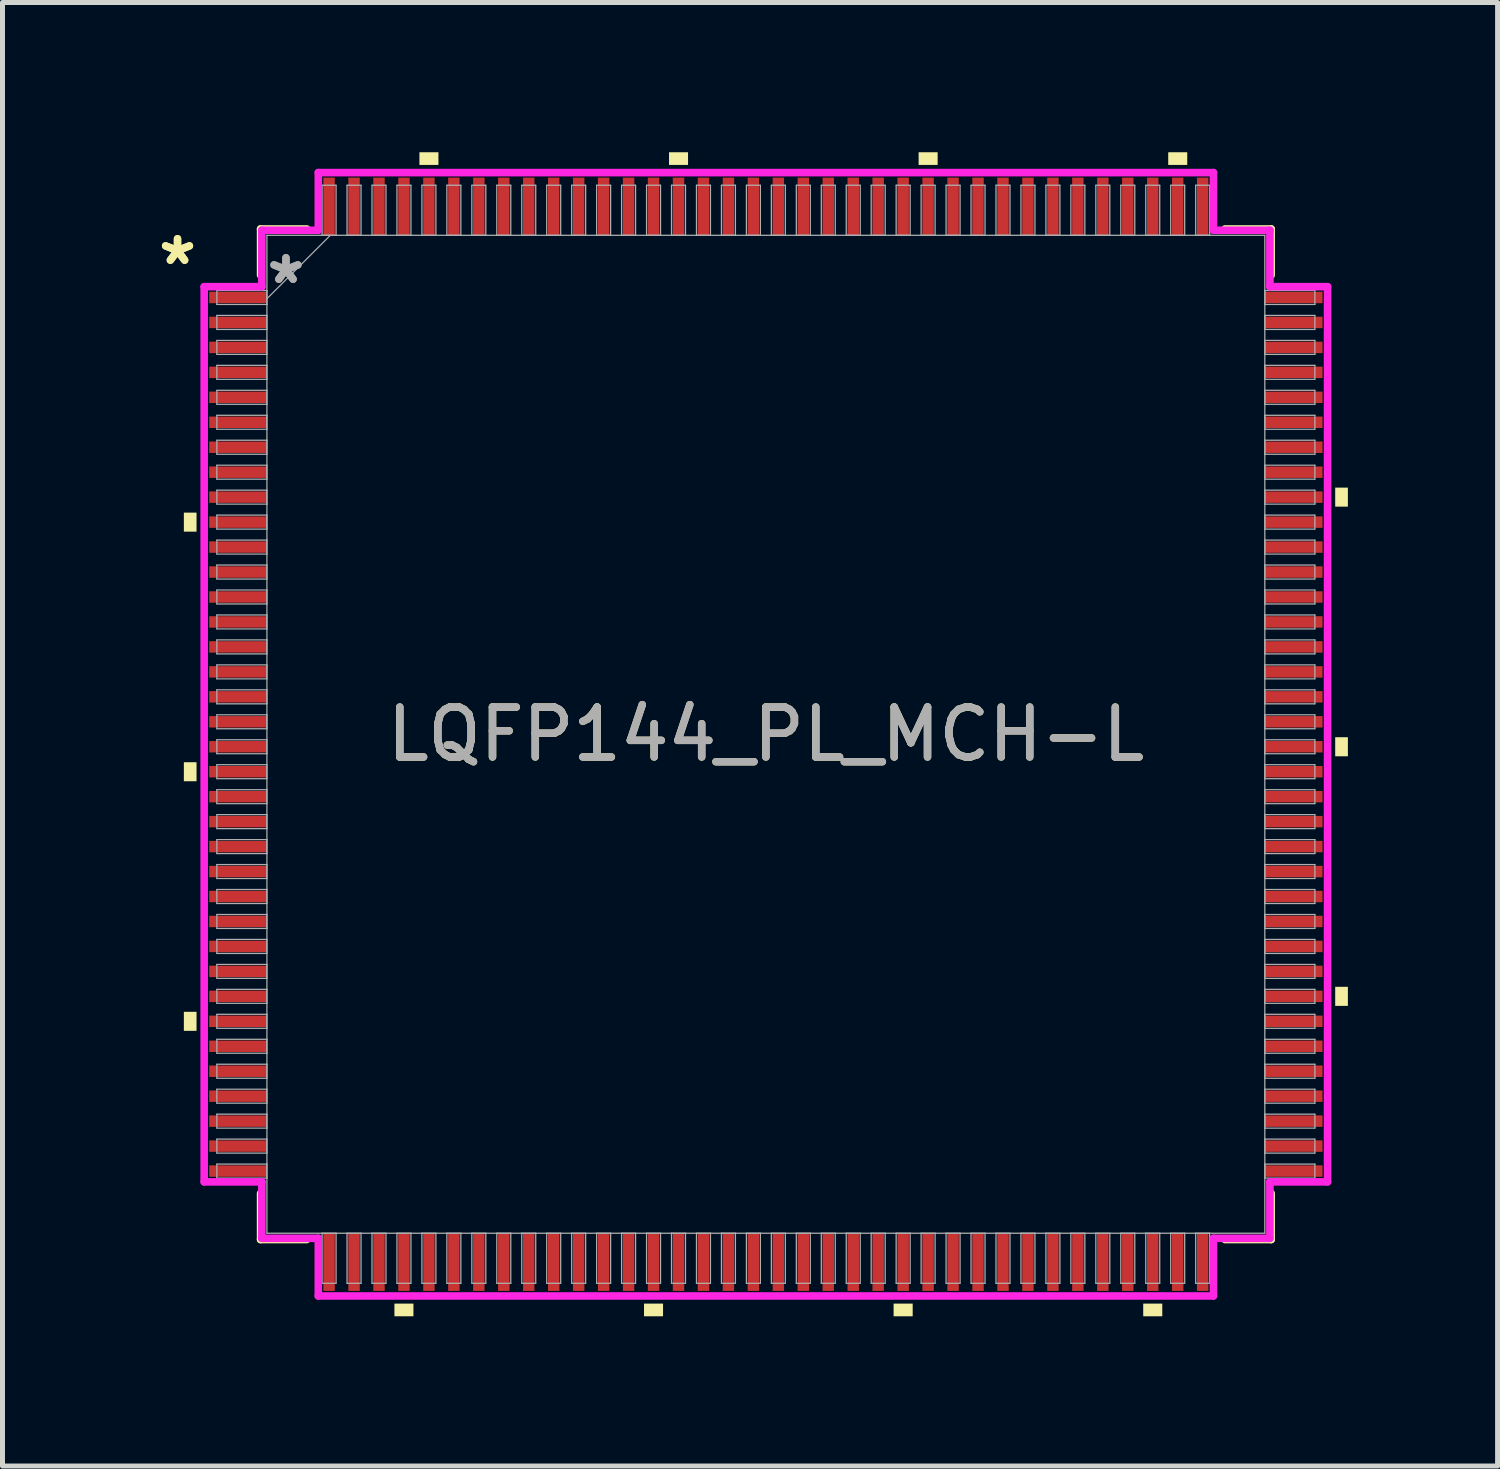
<source format=kicad_pcb>
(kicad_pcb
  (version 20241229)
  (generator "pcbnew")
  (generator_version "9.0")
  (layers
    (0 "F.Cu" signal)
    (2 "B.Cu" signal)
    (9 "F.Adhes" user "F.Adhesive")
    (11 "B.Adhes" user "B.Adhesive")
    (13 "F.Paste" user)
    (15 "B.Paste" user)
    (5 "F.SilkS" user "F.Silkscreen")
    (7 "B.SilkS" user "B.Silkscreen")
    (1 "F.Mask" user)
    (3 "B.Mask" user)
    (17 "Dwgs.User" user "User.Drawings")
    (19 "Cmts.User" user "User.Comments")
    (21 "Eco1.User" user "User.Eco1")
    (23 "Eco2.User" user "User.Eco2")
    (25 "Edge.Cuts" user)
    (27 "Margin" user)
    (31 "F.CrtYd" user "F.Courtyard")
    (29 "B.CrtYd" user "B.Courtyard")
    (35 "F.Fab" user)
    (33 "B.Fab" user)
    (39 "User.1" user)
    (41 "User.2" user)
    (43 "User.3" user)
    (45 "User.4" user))
  (footprint "LQFP144_PL_MCH-L"
    (layer "F.Cu")
    (at 12.292 11.659)
    (property "Reference" "LQFP144_PL_MCH-L" (at 0 0 0) (unlocked yes) (layer "F.SilkS") (effects (font (size 1 1) (thickness 0.15))))
    (attr smd)
    (fp_line (start -10.122 -10.122) (end -10.122 -9.197) (stroke (width 0.152) (type solid)) (layer "F.SilkS"))
    (fp_line (start -10.122 9.197) (end -10.122 10.122) (stroke (width 0.152) (type solid)) (layer "F.SilkS"))
    (fp_line (start -10.122 10.122) (end -9.197 10.122) (stroke (width 0.152) (type solid)) (layer "F.SilkS"))
    (fp_line (start -9.197 -10.122) (end -10.122 -10.122) (stroke (width 0.152) (type solid)) (layer "F.SilkS"))
    (fp_line (start 9.197 10.122) (end 10.122 10.122) (stroke (width 0.152) (type solid)) (layer "F.SilkS"))
    (fp_line (start 10.122 -10.122) (end 9.197 -10.122) (stroke (width 0.152) (type solid)) (layer "F.SilkS"))
    (fp_line (start 10.122 -9.197) (end 10.122 -10.122) (stroke (width 0.152) (type solid)) (layer "F.SilkS"))
    (fp_line (start 10.122 10.122) (end 10.122 9.197) (stroke (width 0.152) (type solid)) (layer "F.SilkS"))
    (fp_poly (pts (xy -11.659 -4.44) (xy -11.659 -4.059) (xy -11.405 -4.059) (xy -11.405 -4.44)) (stroke (width 0) (type solid)) (fill yes) (layer "F.SilkS"))
    (fp_poly (pts (xy -11.659 0.56) (xy -11.659 0.941) (xy -11.405 0.941) (xy -11.405 0.56)) (stroke (width 0) (type solid)) (fill yes) (layer "F.SilkS"))
    (fp_poly (pts (xy -11.659 5.56) (xy -11.659 5.941) (xy -11.405 5.941) (xy -11.405 5.56)) (stroke (width 0) (type solid)) (fill yes) (layer "F.SilkS"))
    (fp_poly (pts (xy -7.441 11.405) (xy -7.441 11.659) (xy -7.06 11.659) (xy -7.06 11.405)) (stroke (width 0) (type solid)) (fill yes) (layer "F.SilkS"))
    (fp_poly (pts (xy -6.94 -11.405) (xy -6.94 -11.659) (xy -6.559 -11.659) (xy -6.559 -11.405)) (stroke (width 0) (type solid)) (fill yes) (layer "F.SilkS"))
    (fp_poly (pts (xy -2.441 11.405) (xy -2.441 11.659) (xy -2.06 11.659) (xy -2.06 11.405)) (stroke (width 0) (type solid)) (fill yes) (layer "F.SilkS"))
    (fp_poly (pts (xy -1.94 -11.405) (xy -1.94 -11.659) (xy -1.559 -11.659) (xy -1.559 -11.405)) (stroke (width 0) (type solid)) (fill yes) (layer "F.SilkS"))
    (fp_poly (pts (xy 2.559 11.405) (xy 2.559 11.659) (xy 2.941 11.659) (xy 2.941 11.405)) (stroke (width 0) (type solid)) (fill yes) (layer "F.SilkS"))
    (fp_poly (pts (xy 3.06 -11.405) (xy 3.06 -11.659) (xy 3.441 -11.659) (xy 3.441 -11.405)) (stroke (width 0) (type solid)) (fill yes) (layer "F.SilkS"))
    (fp_poly (pts (xy 7.559 11.405) (xy 7.559 11.659) (xy 7.941 11.659) (xy 7.941 11.405)) (stroke (width 0) (type solid)) (fill yes) (layer "F.SilkS"))
    (fp_poly (pts (xy 8.06 -11.405) (xy 8.06 -11.659) (xy 8.441 -11.659) (xy 8.441 -11.405)) (stroke (width 0) (type solid)) (fill yes) (layer "F.SilkS"))
    (fp_poly (pts (xy 11.659 -4.941) (xy 11.659 -4.56) (xy 11.405 -4.56) (xy 11.405 -4.941)) (stroke (width 0) (type solid)) (fill yes) (layer "F.SilkS"))
    (fp_poly (pts (xy 11.659 0.059) (xy 11.659 0.441) (xy 11.405 0.441) (xy 11.405 0.059)) (stroke (width 0) (type solid)) (fill yes) (layer "F.SilkS"))
    (fp_poly (pts (xy 11.659 5.059) (xy 11.659 5.441) (xy 11.405 5.441) (xy 11.405 5.059)) (stroke (width 0) (type solid)) (fill yes) (layer "F.SilkS"))
    (fp_line (start -11.252 -8.966) (end -10.097 -8.966) (stroke (width 0.152) (type solid)) (layer "F.CrtYd"))
    (fp_line (start -11.252 8.966) (end -11.252 -8.966) (stroke (width 0.152) (type solid)) (layer "F.CrtYd"))
    (fp_line (start -10.097 -10.097) (end -8.966 -10.097) (stroke (width 0.152) (type solid)) (layer "F.CrtYd"))
    (fp_line (start -10.097 -8.966) (end -10.097 -10.097) (stroke (width 0.152) (type solid)) (layer "F.CrtYd"))
    (fp_line (start -10.097 8.966) (end -11.252 8.966) (stroke (width 0.152) (type solid)) (layer "F.CrtYd"))
    (fp_line (start -10.097 10.097) (end -10.097 8.966) (stroke (width 0.152) (type solid)) (layer "F.CrtYd"))
    (fp_line (start -10.097 10.097) (end -8.966 10.097) (stroke (width 0.152) (type solid)) (layer "F.CrtYd"))
    (fp_line (start -8.966 -11.252) (end 8.966 -11.252) (stroke (width 0.152) (type solid)) (layer "F.CrtYd"))
    (fp_line (start -8.966 -10.097) (end -8.966 -11.252) (stroke (width 0.152) (type solid)) (layer "F.CrtYd"))
    (fp_line (start -8.966 10.097) (end -8.966 11.252) (stroke (width 0.152) (type solid)) (layer "F.CrtYd"))
    (fp_line (start -8.966 11.252) (end 8.966 11.252) (stroke (width 0.152) (type solid)) (layer "F.CrtYd"))
    (fp_line (start 8.966 -11.252) (end 8.966 -10.097) (stroke (width 0.152) (type solid)) (layer "F.CrtYd"))
    (fp_line (start 8.966 -10.097) (end 10.097 -10.097) (stroke (width 0.152) (type solid)) (layer "F.CrtYd"))
    (fp_line (start 8.966 10.097) (end 10.097 10.097) (stroke (width 0.152) (type solid)) (layer "F.CrtYd"))
    (fp_line (start 8.966 11.252) (end 8.966 10.097) (stroke (width 0.152) (type solid)) (layer "F.CrtYd"))
    (fp_line (start 10.097 -8.966) (end 10.097 -10.097) (stroke (width 0.152) (type solid)) (layer "F.CrtYd"))
    (fp_line (start 10.097 8.966) (end 11.252 8.966) (stroke (width 0.152) (type solid)) (layer "F.CrtYd"))
    (fp_line (start 10.097 10.097) (end 10.097 8.966) (stroke (width 0.152) (type solid)) (layer "F.CrtYd"))
    (fp_line (start 11.252 -8.966) (end 10.097 -8.966) (stroke (width 0.152) (type solid)) (layer "F.CrtYd"))
    (fp_line (start 11.252 8.966) (end 11.252 -8.966) (stroke (width 0.152) (type solid)) (layer "F.CrtYd"))
    (fp_line (start -10.998 -8.89) (end -10.998 -8.61) (stroke (width 0.025) (type solid)) (layer "F.Fab"))
    (fp_line (start -10.998 -8.61) (end -9.995 -8.61) (stroke (width 0.025) (type solid)) (layer "F.Fab"))
    (fp_line (start -10.998 -8.39) (end -10.998 -8.11) (stroke (width 0.025) (type solid)) (layer "F.Fab"))
    (fp_line (start -10.998 -8.11) (end -9.995 -8.11) (stroke (width 0.025) (type solid)) (layer "F.Fab"))
    (fp_line (start -10.998 -7.89) (end -10.998 -7.61) (stroke (width 0.025) (type solid)) (layer "F.Fab"))
    (fp_line (start -10.998 -7.61) (end -9.995 -7.61) (stroke (width 0.025) (type solid)) (layer "F.Fab"))
    (fp_line (start -10.998 -7.39) (end -10.998 -7.11) (stroke (width 0.025) (type solid)) (layer "F.Fab"))
    (fp_line (start -10.998 -7.11) (end -9.995 -7.11) (stroke (width 0.025) (type solid)) (layer "F.Fab"))
    (fp_line (start -10.998 -6.89) (end -10.998 -6.61) (stroke (width 0.025) (type solid)) (layer "F.Fab"))
    (fp_line (start -10.998 -6.61) (end -9.995 -6.61) (stroke (width 0.025) (type solid)) (layer "F.Fab"))
    (fp_line (start -10.998 -6.39) (end -10.998 -6.11) (stroke (width 0.025) (type solid)) (layer "F.Fab"))
    (fp_line (start -10.998 -6.11) (end -9.995 -6.11) (stroke (width 0.025) (type solid)) (layer "F.Fab"))
    (fp_line (start -10.998 -5.89) (end -10.998 -5.61) (stroke (width 0.025) (type solid)) (layer "F.Fab"))
    (fp_line (start -10.998 -5.61) (end -9.995 -5.61) (stroke (width 0.025) (type solid)) (layer "F.Fab"))
    (fp_line (start -10.998 -5.39) (end -10.998 -5.11) (stroke (width 0.025) (type solid)) (layer "F.Fab"))
    (fp_line (start -10.998 -5.11) (end -9.995 -5.11) (stroke (width 0.025) (type solid)) (layer "F.Fab"))
    (fp_line (start -10.998 -4.89) (end -10.998 -4.61) (stroke (width 0.025) (type solid)) (layer "F.Fab"))
    (fp_line (start -10.998 -4.61) (end -9.995 -4.61) (stroke (width 0.025) (type solid)) (layer "F.Fab"))
    (fp_line (start -10.998 -4.39) (end -10.998 -4.11) (stroke (width 0.025) (type solid)) (layer "F.Fab"))
    (fp_line (start -10.998 -4.11) (end -9.995 -4.11) (stroke (width 0.025) (type solid)) (layer "F.Fab"))
    (fp_line (start -10.998 -3.89) (end -10.998 -3.61) (stroke (width 0.025) (type solid)) (layer "F.Fab"))
    (fp_line (start -10.998 -3.61) (end -9.995 -3.61) (stroke (width 0.025) (type solid)) (layer "F.Fab"))
    (fp_line (start -10.998 -3.39) (end -10.998 -3.11) (stroke (width 0.025) (type solid)) (layer "F.Fab"))
    (fp_line (start -10.998 -3.11) (end -9.995 -3.11) (stroke (width 0.025) (type solid)) (layer "F.Fab"))
    (fp_line (start -10.998 -2.89) (end -10.998 -2.61) (stroke (width 0.025) (type solid)) (layer "F.Fab"))
    (fp_line (start -10.998 -2.61) (end -9.995 -2.61) (stroke (width 0.025) (type solid)) (layer "F.Fab"))
    (fp_line (start -10.998 -2.39) (end -10.998 -2.11) (stroke (width 0.025) (type solid)) (layer "F.Fab"))
    (fp_line (start -10.998 -2.11) (end -9.995 -2.11) (stroke (width 0.025) (type solid)) (layer "F.Fab"))
    (fp_line (start -10.998 -1.89) (end -10.998 -1.61) (stroke (width 0.025) (type solid)) (layer "F.Fab"))
    (fp_line (start -10.998 -1.61) (end -9.995 -1.61) (stroke (width 0.025) (type solid)) (layer "F.Fab"))
    (fp_line (start -10.998 -1.39) (end -10.998 -1.11) (stroke (width 0.025) (type solid)) (layer "F.Fab"))
    (fp_line (start -10.998 -1.11) (end -9.995 -1.11) (stroke (width 0.025) (type solid)) (layer "F.Fab"))
    (fp_line (start -10.998 -0.89) (end -10.998 -0.61) (stroke (width 0.025) (type solid)) (layer "F.Fab"))
    (fp_line (start -10.998 -0.61) (end -9.995 -0.61) (stroke (width 0.025) (type solid)) (layer "F.Fab"))
    (fp_line (start -10.998 -0.39) (end -10.998 -0.11) (stroke (width 0.025) (type solid)) (layer "F.Fab"))
    (fp_line (start -10.998 -0.11) (end -9.995 -0.11) (stroke (width 0.025) (type solid)) (layer "F.Fab"))
    (fp_line (start -10.998 0.11) (end -10.998 0.39) (stroke (width 0.025) (type solid)) (layer "F.Fab"))
    (fp_line (start -10.998 0.39) (end -9.995 0.39) (stroke (width 0.025) (type solid)) (layer "F.Fab"))
    (fp_line (start -10.998 0.61) (end -10.998 0.89) (stroke (width 0.025) (type solid)) (layer "F.Fab"))
    (fp_line (start -10.998 0.89) (end -9.995 0.89) (stroke (width 0.025) (type solid)) (layer "F.Fab"))
    (fp_line (start -10.998 1.11) (end -10.998 1.39) (stroke (width 0.025) (type solid)) (layer "F.Fab"))
    (fp_line (start -10.998 1.39) (end -9.995 1.39) (stroke (width 0.025) (type solid)) (layer "F.Fab"))
    (fp_line (start -10.998 1.61) (end -10.998 1.89) (stroke (width 0.025) (type solid)) (layer "F.Fab"))
    (fp_line (start -10.998 1.89) (end -9.995 1.89) (stroke (width 0.025) (type solid)) (layer "F.Fab"))
    (fp_line (start -10.998 2.11) (end -10.998 2.39) (stroke (width 0.025) (type solid)) (layer "F.Fab"))
    (fp_line (start -10.998 2.39) (end -9.995 2.39) (stroke (width 0.025) (type solid)) (layer "F.Fab"))
    (fp_line (start -10.998 2.61) (end -10.998 2.89) (stroke (width 0.025) (type solid)) (layer "F.Fab"))
    (fp_line (start -10.998 2.89) (end -9.995 2.89) (stroke (width 0.025) (type solid)) (layer "F.Fab"))
    (fp_line (start -10.998 3.11) (end -10.998 3.39) (stroke (width 0.025) (type solid)) (layer "F.Fab"))
    (fp_line (start -10.998 3.39) (end -9.995 3.39) (stroke (width 0.025) (type solid)) (layer "F.Fab"))
    (fp_line (start -10.998 3.61) (end -10.998 3.89) (stroke (width 0.025) (type solid)) (layer "F.Fab"))
    (fp_line (start -10.998 3.89) (end -9.995 3.89) (stroke (width 0.025) (type solid)) (layer "F.Fab"))
    (fp_line (start -10.998 4.11) (end -10.998 4.39) (stroke (width 0.025) (type solid)) (layer "F.Fab"))
    (fp_line (start -10.998 4.39) (end -9.995 4.39) (stroke (width 0.025) (type solid)) (layer "F.Fab"))
    (fp_line (start -10.998 4.61) (end -10.998 4.89) (stroke (width 0.025) (type solid)) (layer "F.Fab"))
    (fp_line (start -10.998 4.89) (end -9.995 4.89) (stroke (width 0.025) (type solid)) (layer "F.Fab"))
    (fp_line (start -10.998 5.11) (end -10.998 5.39) (stroke (width 0.025) (type solid)) (layer "F.Fab"))
    (fp_line (start -10.998 5.39) (end -9.995 5.39) (stroke (width 0.025) (type solid)) (layer "F.Fab"))
    (fp_line (start -10.998 5.61) (end -10.998 5.89) (stroke (width 0.025) (type solid)) (layer "F.Fab"))
    (fp_line (start -10.998 5.89) (end -9.995 5.89) (stroke (width 0.025) (type solid)) (layer "F.Fab"))
    (fp_line (start -10.998 6.11) (end -10.998 6.39) (stroke (width 0.025) (type solid)) (layer "F.Fab"))
    (fp_line (start -10.998 6.39) (end -9.995 6.39) (stroke (width 0.025) (type solid)) (layer "F.Fab"))
    (fp_line (start -10.998 6.61) (end -10.998 6.89) (stroke (width 0.025) (type solid)) (layer "F.Fab"))
    (fp_line (start -10.998 6.89) (end -9.995 6.89) (stroke (width 0.025) (type solid)) (layer "F.Fab"))
    (fp_line (start -10.998 7.11) (end -10.998 7.39) (stroke (width 0.025) (type solid)) (layer "F.Fab"))
    (fp_line (start -10.998 7.39) (end -9.995 7.39) (stroke (width 0.025) (type solid)) (layer "F.Fab"))
    (fp_line (start -10.998 7.61) (end -10.998 7.89) (stroke (width 0.025) (type solid)) (layer "F.Fab"))
    (fp_line (start -10.998 7.89) (end -9.995 7.89) (stroke (width 0.025) (type solid)) (layer "F.Fab"))
    (fp_line (start -10.998 8.11) (end -10.998 8.39) (stroke (width 0.025) (type solid)) (layer "F.Fab"))
    (fp_line (start -10.998 8.39) (end -9.995 8.39) (stroke (width 0.025) (type solid)) (layer "F.Fab"))
    (fp_line (start -10.998 8.61) (end -10.998 8.89) (stroke (width 0.025) (type solid)) (layer "F.Fab"))
    (fp_line (start -10.998 8.89) (end -9.995 8.89) (stroke (width 0.025) (type solid)) (layer "F.Fab"))
    (fp_line (start -9.995 -9.995) (end -9.995 9.995) (stroke (width 0.025) (type solid)) (layer "F.Fab"))
    (fp_line (start -9.995 -8.89) (end -10.998 -8.89) (stroke (width 0.025) (type solid)) (layer "F.Fab"))
    (fp_line (start -9.995 -8.725) (end -8.725 -9.995) (stroke (width 0.025) (type solid)) (layer "F.Fab"))
    (fp_line (start -9.995 -8.61) (end -9.995 -8.89) (stroke (width 0.025) (type solid)) (layer "F.Fab"))
    (fp_line (start -9.995 -8.39) (end -10.998 -8.39) (stroke (width 0.025) (type solid)) (layer "F.Fab"))
    (fp_line (start -9.995 -8.11) (end -9.995 -8.39) (stroke (width 0.025) (type solid)) (layer "F.Fab"))
    (fp_line (start -9.995 -7.89) (end -10.998 -7.89) (stroke (width 0.025) (type solid)) (layer "F.Fab"))
    (fp_line (start -9.995 -7.61) (end -9.995 -7.89) (stroke (width 0.025) (type solid)) (layer "F.Fab"))
    (fp_line (start -9.995 -7.39) (end -10.998 -7.39) (stroke (width 0.025) (type solid)) (layer "F.Fab"))
    (fp_line (start -9.995 -7.11) (end -9.995 -7.39) (stroke (width 0.025) (type solid)) (layer "F.Fab"))
    (fp_line (start -9.995 -6.89) (end -10.998 -6.89) (stroke (width 0.025) (type solid)) (layer "F.Fab"))
    (fp_line (start -9.995 -6.61) (end -9.995 -6.89) (stroke (width 0.025) (type solid)) (layer "F.Fab"))
    (fp_line (start -9.995 -6.39) (end -10.998 -6.39) (stroke (width 0.025) (type solid)) (layer "F.Fab"))
    (fp_line (start -9.995 -6.11) (end -9.995 -6.39) (stroke (width 0.025) (type solid)) (layer "F.Fab"))
    (fp_line (start -9.995 -5.89) (end -10.998 -5.89) (stroke (width 0.025) (type solid)) (layer "F.Fab"))
    (fp_line (start -9.995 -5.61) (end -9.995 -5.89) (stroke (width 0.025) (type solid)) (layer "F.Fab"))
    (fp_line (start -9.995 -5.39) (end -10.998 -5.39) (stroke (width 0.025) (type solid)) (layer "F.Fab"))
    (fp_line (start -9.995 -5.11) (end -9.995 -5.39) (stroke (width 0.025) (type solid)) (layer "F.Fab"))
    (fp_line (start -9.995 -4.89) (end -10.998 -4.89) (stroke (width 0.025) (type solid)) (layer "F.Fab"))
    (fp_line (start -9.995 -4.61) (end -9.995 -4.89) (stroke (width 0.025) (type solid)) (layer "F.Fab"))
    (fp_line (start -9.995 -4.39) (end -10.998 -4.39) (stroke (width 0.025) (type solid)) (layer "F.Fab"))
    (fp_line (start -9.995 -4.11) (end -9.995 -4.39) (stroke (width 0.025) (type solid)) (layer "F.Fab"))
    (fp_line (start -9.995 -3.89) (end -10.998 -3.89) (stroke (width 0.025) (type solid)) (layer "F.Fab"))
    (fp_line (start -9.995 -3.61) (end -9.995 -3.89) (stroke (width 0.025) (type solid)) (layer "F.Fab"))
    (fp_line (start -9.995 -3.39) (end -10.998 -3.39) (stroke (width 0.025) (type solid)) (layer "F.Fab"))
    (fp_line (start -9.995 -3.11) (end -9.995 -3.39) (stroke (width 0.025) (type solid)) (layer "F.Fab"))
    (fp_line (start -9.995 -2.89) (end -10.998 -2.89) (stroke (width 0.025) (type solid)) (layer "F.Fab"))
    (fp_line (start -9.995 -2.61) (end -9.995 -2.89) (stroke (width 0.025) (type solid)) (layer "F.Fab"))
    (fp_line (start -9.995 -2.39) (end -10.998 -2.39) (stroke (width 0.025) (type solid)) (layer "F.Fab"))
    (fp_line (start -9.995 -2.11) (end -9.995 -2.39) (stroke (width 0.025) (type solid)) (layer "F.Fab"))
    (fp_line (start -9.995 -1.89) (end -10.998 -1.89) (stroke (width 0.025) (type solid)) (layer "F.Fab"))
    (fp_line (start -9.995 -1.61) (end -9.995 -1.89) (stroke (width 0.025) (type solid)) (layer "F.Fab"))
    (fp_line (start -9.995 -1.39) (end -10.998 -1.39) (stroke (width 0.025) (type solid)) (layer "F.Fab"))
    (fp_line (start -9.995 -1.11) (end -9.995 -1.39) (stroke (width 0.025) (type solid)) (layer "F.Fab"))
    (fp_line (start -9.995 -0.89) (end -10.998 -0.89) (stroke (width 0.025) (type solid)) (layer "F.Fab"))
    (fp_line (start -9.995 -0.61) (end -9.995 -0.89) (stroke (width 0.025) (type solid)) (layer "F.Fab"))
    (fp_line (start -9.995 -0.39) (end -10.998 -0.39) (stroke (width 0.025) (type solid)) (layer "F.Fab"))
    (fp_line (start -9.995 -0.11) (end -9.995 -0.39) (stroke (width 0.025) (type solid)) (layer "F.Fab"))
    (fp_line (start -9.995 0.11) (end -10.998 0.11) (stroke (width 0.025) (type solid)) (layer "F.Fab"))
    (fp_line (start -9.995 0.39) (end -9.995 0.11) (stroke (width 0.025) (type solid)) (layer "F.Fab"))
    (fp_line (start -9.995 0.61) (end -10.998 0.61) (stroke (width 0.025) (type solid)) (layer "F.Fab"))
    (fp_line (start -9.995 0.89) (end -9.995 0.61) (stroke (width 0.025) (type solid)) (layer "F.Fab"))
    (fp_line (start -9.995 1.11) (end -10.998 1.11) (stroke (width 0.025) (type solid)) (layer "F.Fab"))
    (fp_line (start -9.995 1.39) (end -9.995 1.11) (stroke (width 0.025) (type solid)) (layer "F.Fab"))
    (fp_line (start -9.995 1.61) (end -10.998 1.61) (stroke (width 0.025) (type solid)) (layer "F.Fab"))
    (fp_line (start -9.995 1.89) (end -9.995 1.61) (stroke (width 0.025) (type solid)) (layer "F.Fab"))
    (fp_line (start -9.995 2.11) (end -10.998 2.11) (stroke (width 0.025) (type solid)) (layer "F.Fab"))
    (fp_line (start -9.995 2.39) (end -9.995 2.11) (stroke (width 0.025) (type solid)) (layer "F.Fab"))
    (fp_line (start -9.995 2.61) (end -10.998 2.61) (stroke (width 0.025) (type solid)) (layer "F.Fab"))
    (fp_line (start -9.995 2.89) (end -9.995 2.61) (stroke (width 0.025) (type solid)) (layer "F.Fab"))
    (fp_line (start -9.995 3.11) (end -10.998 3.11) (stroke (width 0.025) (type solid)) (layer "F.Fab"))
    (fp_line (start -9.995 3.39) (end -9.995 3.11) (stroke (width 0.025) (type solid)) (layer "F.Fab"))
    (fp_line (start -9.995 3.61) (end -10.998 3.61) (stroke (width 0.025) (type solid)) (layer "F.Fab"))
    (fp_line (start -9.995 3.89) (end -9.995 3.61) (stroke (width 0.025) (type solid)) (layer "F.Fab"))
    (fp_line (start -9.995 4.11) (end -10.998 4.11) (stroke (width 0.025) (type solid)) (layer "F.Fab"))
    (fp_line (start -9.995 4.39) (end -9.995 4.11) (stroke (width 0.025) (type solid)) (layer "F.Fab"))
    (fp_line (start -9.995 4.61) (end -10.998 4.61) (stroke (width 0.025) (type solid)) (layer "F.Fab"))
    (fp_line (start -9.995 4.89) (end -9.995 4.61) (stroke (width 0.025) (type solid)) (layer "F.Fab"))
    (fp_line (start -9.995 5.11) (end -10.998 5.11) (stroke (width 0.025) (type solid)) (layer "F.Fab"))
    (fp_line (start -9.995 5.39) (end -9.995 5.11) (stroke (width 0.025) (type solid)) (layer "F.Fab"))
    (fp_line (start -9.995 5.61) (end -10.998 5.61) (stroke (width 0.025) (type solid)) (layer "F.Fab"))
    (fp_line (start -9.995 5.89) (end -9.995 5.61) (stroke (width 0.025) (type solid)) (layer "F.Fab"))
    (fp_line (start -9.995 6.11) (end -10.998 6.11) (stroke (width 0.025) (type solid)) (layer "F.Fab"))
    (fp_line (start -9.995 6.39) (end -9.995 6.11) (stroke (width 0.025) (type solid)) (layer "F.Fab"))
    (fp_line (start -9.995 6.61) (end -10.998 6.61) (stroke (width 0.025) (type solid)) (layer "F.Fab"))
    (fp_line (start -9.995 6.89) (end -9.995 6.61) (stroke (width 0.025) (type solid)) (layer "F.Fab"))
    (fp_line (start -9.995 7.11) (end -10.998 7.11) (stroke (width 0.025) (type solid)) (layer "F.Fab"))
    (fp_line (start -9.995 7.39) (end -9.995 7.11) (stroke (width 0.025) (type solid)) (layer "F.Fab"))
    (fp_line (start -9.995 7.61) (end -10.998 7.61) (stroke (width 0.025) (type solid)) (layer "F.Fab"))
    (fp_line (start -9.995 7.89) (end -9.995 7.61) (stroke (width 0.025) (type solid)) (layer "F.Fab"))
    (fp_line (start -9.995 8.11) (end -10.998 8.11) (stroke (width 0.025) (type solid)) (layer "F.Fab"))
    (fp_line (start -9.995 8.39) (end -9.995 8.11) (stroke (width 0.025) (type solid)) (layer "F.Fab"))
    (fp_line (start -9.995 8.61) (end -10.998 8.61) (stroke (width 0.025) (type solid)) (layer "F.Fab"))
    (fp_line (start -9.995 8.89) (end -9.995 8.61) (stroke (width 0.025) (type solid)) (layer "F.Fab"))
    (fp_line (start -9.995 9.995) (end 9.995 9.995) (stroke (width 0.025) (type solid)) (layer "F.Fab"))
    (fp_line (start -8.89 -10.998) (end -8.89 -9.995) (stroke (width 0.025) (type solid)) (layer "F.Fab"))
    (fp_line (start -8.89 -9.995) (end -8.61 -9.995) (stroke (width 0.025) (type solid)) (layer "F.Fab"))
    (fp_line (start -8.89 9.995) (end -8.89 10.998) (stroke (width 0.025) (type solid)) (layer "F.Fab"))
    (fp_line (start -8.89 10.998) (end -8.61 10.998) (stroke (width 0.025) (type solid)) (layer "F.Fab"))
    (fp_line (start -8.61 -10.998) (end -8.89 -10.998) (stroke (width 0.025) (type solid)) (layer "F.Fab"))
    (fp_line (start -8.61 -9.995) (end -8.61 -10.998) (stroke (width 0.025) (type solid)) (layer "F.Fab"))
    (fp_line (start -8.61 9.995) (end -8.89 9.995) (stroke (width 0.025) (type solid)) (layer "F.Fab"))
    (fp_line (start -8.61 10.998) (end -8.61 9.995) (stroke (width 0.025) (type solid)) (layer "F.Fab"))
    (fp_line (start -8.39 -10.998) (end -8.39 -9.995) (stroke (width 0.025) (type solid)) (layer "F.Fab"))
    (fp_line (start -8.39 -9.995) (end -8.11 -9.995) (stroke (width 0.025) (type solid)) (layer "F.Fab"))
    (fp_line (start -8.39 9.995) (end -8.39 10.998) (stroke (width 0.025) (type solid)) (layer "F.Fab"))
    (fp_line (start -8.39 10.998) (end -8.11 10.998) (stroke (width 0.025) (type solid)) (layer "F.Fab"))
    (fp_line (start -8.11 -10.998) (end -8.39 -10.998) (stroke (width 0.025) (type solid)) (layer "F.Fab"))
    (fp_line (start -8.11 -9.995) (end -8.11 -10.998) (stroke (width 0.025) (type solid)) (layer "F.Fab"))
    (fp_line (start -8.11 9.995) (end -8.39 9.995) (stroke (width 0.025) (type solid)) (layer "F.Fab"))
    (fp_line (start -8.11 10.998) (end -8.11 9.995) (stroke (width 0.025) (type solid)) (layer "F.Fab"))
    (fp_line (start -7.89 -10.998) (end -7.89 -9.995) (stroke (width 0.025) (type solid)) (layer "F.Fab"))
    (fp_line (start -7.89 -9.995) (end -7.61 -9.995) (stroke (width 0.025) (type solid)) (layer "F.Fab"))
    (fp_line (start -7.89 9.995) (end -7.89 10.998) (stroke (width 0.025) (type solid)) (layer "F.Fab"))
    (fp_line (start -7.89 10.998) (end -7.61 10.998) (stroke (width 0.025) (type solid)) (layer "F.Fab"))
    (fp_line (start -7.61 -10.998) (end -7.89 -10.998) (stroke (width 0.025) (type solid)) (layer "F.Fab"))
    (fp_line (start -7.61 -9.995) (end -7.61 -10.998) (stroke (width 0.025) (type solid)) (layer "F.Fab"))
    (fp_line (start -7.61 9.995) (end -7.89 9.995) (stroke (width 0.025) (type solid)) (layer "F.Fab"))
    (fp_line (start -7.61 10.998) (end -7.61 9.995) (stroke (width 0.025) (type solid)) (layer "F.Fab"))
    (fp_line (start -7.39 -10.998) (end -7.39 -9.995) (stroke (width 0.025) (type solid)) (layer "F.Fab"))
    (fp_line (start -7.39 -9.995) (end -7.11 -9.995) (stroke (width 0.025) (type solid)) (layer "F.Fab"))
    (fp_line (start -7.39 9.995) (end -7.39 10.998) (stroke (width 0.025) (type solid)) (layer "F.Fab"))
    (fp_line (start -7.39 10.998) (end -7.11 10.998) (stroke (width 0.025) (type solid)) (layer "F.Fab"))
    (fp_line (start -7.11 -10.998) (end -7.39 -10.998) (stroke (width 0.025) (type solid)) (layer "F.Fab"))
    (fp_line (start -7.11 -9.995) (end -7.11 -10.998) (stroke (width 0.025) (type solid)) (layer "F.Fab"))
    (fp_line (start -7.11 9.995) (end -7.39 9.995) (stroke (width 0.025) (type solid)) (layer "F.Fab"))
    (fp_line (start -7.11 10.998) (end -7.11 9.995) (stroke (width 0.025) (type solid)) (layer "F.Fab"))
    (fp_line (start -6.89 -10.998) (end -6.89 -9.995) (stroke (width 0.025) (type solid)) (layer "F.Fab"))
    (fp_line (start -6.89 -9.995) (end -6.61 -9.995) (stroke (width 0.025) (type solid)) (layer "F.Fab"))
    (fp_line (start -6.89 9.995) (end -6.89 10.998) (stroke (width 0.025) (type solid)) (layer "F.Fab"))
    (fp_line (start -6.89 10.998) (end -6.61 10.998) (stroke (width 0.025) (type solid)) (layer "F.Fab"))
    (fp_line (start -6.61 -10.998) (end -6.89 -10.998) (stroke (width 0.025) (type solid)) (layer "F.Fab"))
    (fp_line (start -6.61 -9.995) (end -6.61 -10.998) (stroke (width 0.025) (type solid)) (layer "F.Fab"))
    (fp_line (start -6.61 9.995) (end -6.89 9.995) (stroke (width 0.025) (type solid)) (layer "F.Fab"))
    (fp_line (start -6.61 10.998) (end -6.61 9.995) (stroke (width 0.025) (type solid)) (layer "F.Fab"))
    (fp_line (start -6.39 -10.998) (end -6.39 -9.995) (stroke (width 0.025) (type solid)) (layer "F.Fab"))
    (fp_line (start -6.39 -9.995) (end -6.11 -9.995) (stroke (width 0.025) (type solid)) (layer "F.Fab"))
    (fp_line (start -6.39 9.995) (end -6.39 10.998) (stroke (width 0.025) (type solid)) (layer "F.Fab"))
    (fp_line (start -6.39 10.998) (end -6.11 10.998) (stroke (width 0.025) (type solid)) (layer "F.Fab"))
    (fp_line (start -6.11 -10.998) (end -6.39 -10.998) (stroke (width 0.025) (type solid)) (layer "F.Fab"))
    (fp_line (start -6.11 -9.995) (end -6.11 -10.998) (stroke (width 0.025) (type solid)) (layer "F.Fab"))
    (fp_line (start -6.11 9.995) (end -6.39 9.995) (stroke (width 0.025) (type solid)) (layer "F.Fab"))
    (fp_line (start -6.11 10.998) (end -6.11 9.995) (stroke (width 0.025) (type solid)) (layer "F.Fab"))
    (fp_line (start -5.89 -10.998) (end -5.89 -9.995) (stroke (width 0.025) (type solid)) (layer "F.Fab"))
    (fp_line (start -5.89 -9.995) (end -5.61 -9.995) (stroke (width 0.025) (type solid)) (layer "F.Fab"))
    (fp_line (start -5.89 9.995) (end -5.89 10.998) (stroke (width 0.025) (type solid)) (layer "F.Fab"))
    (fp_line (start -5.89 10.998) (end -5.61 10.998) (stroke (width 0.025) (type solid)) (layer "F.Fab"))
    (fp_line (start -5.61 -10.998) (end -5.89 -10.998) (stroke (width 0.025) (type solid)) (layer "F.Fab"))
    (fp_line (start -5.61 -9.995) (end -5.61 -10.998) (stroke (width 0.025) (type solid)) (layer "F.Fab"))
    (fp_line (start -5.61 9.995) (end -5.89 9.995) (stroke (width 0.025) (type solid)) (layer "F.Fab"))
    (fp_line (start -5.61 10.998) (end -5.61 9.995) (stroke (width 0.025) (type solid)) (layer "F.Fab"))
    (fp_line (start -5.39 -10.998) (end -5.39 -9.995) (stroke (width 0.025) (type solid)) (layer "F.Fab"))
    (fp_line (start -5.39 -9.995) (end -5.11 -9.995) (stroke (width 0.025) (type solid)) (layer "F.Fab"))
    (fp_line (start -5.39 9.995) (end -5.39 10.998) (stroke (width 0.025) (type solid)) (layer "F.Fab"))
    (fp_line (start -5.39 10.998) (end -5.11 10.998) (stroke (width 0.025) (type solid)) (layer "F.Fab"))
    (fp_line (start -5.11 -10.998) (end -5.39 -10.998) (stroke (width 0.025) (type solid)) (layer "F.Fab"))
    (fp_line (start -5.11 -9.995) (end -5.11 -10.998) (stroke (width 0.025) (type solid)) (layer "F.Fab"))
    (fp_line (start -5.11 9.995) (end -5.39 9.995) (stroke (width 0.025) (type solid)) (layer "F.Fab"))
    (fp_line (start -5.11 10.998) (end -5.11 9.995) (stroke (width 0.025) (type solid)) (layer "F.Fab"))
    (fp_line (start -4.89 -10.998) (end -4.89 -9.995) (stroke (width 0.025) (type solid)) (layer "F.Fab"))
    (fp_line (start -4.89 -9.995) (end -4.61 -9.995) (stroke (width 0.025) (type solid)) (layer "F.Fab"))
    (fp_line (start -4.89 9.995) (end -4.89 10.998) (stroke (width 0.025) (type solid)) (layer "F.Fab"))
    (fp_line (start -4.89 10.998) (end -4.61 10.998) (stroke (width 0.025) (type solid)) (layer "F.Fab"))
    (fp_line (start -4.61 -10.998) (end -4.89 -10.998) (stroke (width 0.025) (type solid)) (layer "F.Fab"))
    (fp_line (start -4.61 -9.995) (end -4.61 -10.998) (stroke (width 0.025) (type solid)) (layer "F.Fab"))
    (fp_line (start -4.61 9.995) (end -4.89 9.995) (stroke (width 0.025) (type solid)) (layer "F.Fab"))
    (fp_line (start -4.61 10.998) (end -4.61 9.995) (stroke (width 0.025) (type solid)) (layer "F.Fab"))
    (fp_line (start -4.39 -10.998) (end -4.39 -9.995) (stroke (width 0.025) (type solid)) (layer "F.Fab"))
    (fp_line (start -4.39 -9.995) (end -4.11 -9.995) (stroke (width 0.025) (type solid)) (layer "F.Fab"))
    (fp_line (start -4.39 9.995) (end -4.39 10.998) (stroke (width 0.025) (type solid)) (layer "F.Fab"))
    (fp_line (start -4.39 10.998) (end -4.11 10.998) (stroke (width 0.025) (type solid)) (layer "F.Fab"))
    (fp_line (start -4.11 -10.998) (end -4.39 -10.998) (stroke (width 0.025) (type solid)) (layer "F.Fab"))
    (fp_line (start -4.11 -9.995) (end -4.11 -10.998) (stroke (width 0.025) (type solid)) (layer "F.Fab"))
    (fp_line (start -4.11 9.995) (end -4.39 9.995) (stroke (width 0.025) (type solid)) (layer "F.Fab"))
    (fp_line (start -4.11 10.998) (end -4.11 9.995) (stroke (width 0.025) (type solid)) (layer "F.Fab"))
    (fp_line (start -3.89 -10.998) (end -3.89 -9.995) (stroke (width 0.025) (type solid)) (layer "F.Fab"))
    (fp_line (start -3.89 -9.995) (end -3.61 -9.995) (stroke (width 0.025) (type solid)) (layer "F.Fab"))
    (fp_line (start -3.89 9.995) (end -3.89 10.998) (stroke (width 0.025) (type solid)) (layer "F.Fab"))
    (fp_line (start -3.89 10.998) (end -3.61 10.998) (stroke (width 0.025) (type solid)) (layer "F.Fab"))
    (fp_line (start -3.61 -10.998) (end -3.89 -10.998) (stroke (width 0.025) (type solid)) (layer "F.Fab"))
    (fp_line (start -3.61 -9.995) (end -3.61 -10.998) (stroke (width 0.025) (type solid)) (layer "F.Fab"))
    (fp_line (start -3.61 9.995) (end -3.89 9.995) (stroke (width 0.025) (type solid)) (layer "F.Fab"))
    (fp_line (start -3.61 10.998) (end -3.61 9.995) (stroke (width 0.025) (type solid)) (layer "F.Fab"))
    (fp_line (start -3.39 -10.998) (end -3.39 -9.995) (stroke (width 0.025) (type solid)) (layer "F.Fab"))
    (fp_line (start -3.39 -9.995) (end -3.11 -9.995) (stroke (width 0.025) (type solid)) (layer "F.Fab"))
    (fp_line (start -3.39 9.995) (end -3.39 10.998) (stroke (width 0.025) (type solid)) (layer "F.Fab"))
    (fp_line (start -3.39 10.998) (end -3.11 10.998) (stroke (width 0.025) (type solid)) (layer "F.Fab"))
    (fp_line (start -3.11 -10.998) (end -3.39 -10.998) (stroke (width 0.025) (type solid)) (layer "F.Fab"))
    (fp_line (start -3.11 -9.995) (end -3.11 -10.998) (stroke (width 0.025) (type solid)) (layer "F.Fab"))
    (fp_line (start -3.11 9.995) (end -3.39 9.995) (stroke (width 0.025) (type solid)) (layer "F.Fab"))
    (fp_line (start -3.11 10.998) (end -3.11 9.995) (stroke (width 0.025) (type solid)) (layer "F.Fab"))
    (fp_line (start -2.89 -10.998) (end -2.89 -9.995) (stroke (width 0.025) (type solid)) (layer "F.Fab"))
    (fp_line (start -2.89 -9.995) (end -2.61 -9.995) (stroke (width 0.025) (type solid)) (layer "F.Fab"))
    (fp_line (start -2.89 9.995) (end -2.89 10.998) (stroke (width 0.025) (type solid)) (layer "F.Fab"))
    (fp_line (start -2.89 10.998) (end -2.61 10.998) (stroke (width 0.025) (type solid)) (layer "F.Fab"))
    (fp_line (start -2.61 -10.998) (end -2.89 -10.998) (stroke (width 0.025) (type solid)) (layer "F.Fab"))
    (fp_line (start -2.61 -9.995) (end -2.61 -10.998) (stroke (width 0.025) (type solid)) (layer "F.Fab"))
    (fp_line (start -2.61 9.995) (end -2.89 9.995) (stroke (width 0.025) (type solid)) (layer "F.Fab"))
    (fp_line (start -2.61 10.998) (end -2.61 9.995) (stroke (width 0.025) (type solid)) (layer "F.Fab"))
    (fp_line (start -2.39 -10.998) (end -2.39 -9.995) (stroke (width 0.025) (type solid)) (layer "F.Fab"))
    (fp_line (start -2.39 -9.995) (end -2.11 -9.995) (stroke (width 0.025) (type solid)) (layer "F.Fab"))
    (fp_line (start -2.39 9.995) (end -2.39 10.998) (stroke (width 0.025) (type solid)) (layer "F.Fab"))
    (fp_line (start -2.39 10.998) (end -2.11 10.998) (stroke (width 0.025) (type solid)) (layer "F.Fab"))
    (fp_line (start -2.11 -10.998) (end -2.39 -10.998) (stroke (width 0.025) (type solid)) (layer "F.Fab"))
    (fp_line (start -2.11 -9.995) (end -2.11 -10.998) (stroke (width 0.025) (type solid)) (layer "F.Fab"))
    (fp_line (start -2.11 9.995) (end -2.39 9.995) (stroke (width 0.025) (type solid)) (layer "F.Fab"))
    (fp_line (start -2.11 10.998) (end -2.11 9.995) (stroke (width 0.025) (type solid)) (layer "F.Fab"))
    (fp_line (start -1.89 -10.998) (end -1.89 -9.995) (stroke (width 0.025) (type solid)) (layer "F.Fab"))
    (fp_line (start -1.89 -9.995) (end -1.61 -9.995) (stroke (width 0.025) (type solid)) (layer "F.Fab"))
    (fp_line (start -1.89 9.995) (end -1.89 10.998) (stroke (width 0.025) (type solid)) (layer "F.Fab"))
    (fp_line (start -1.89 10.998) (end -1.61 10.998) (stroke (width 0.025) (type solid)) (layer "F.Fab"))
    (fp_line (start -1.61 -10.998) (end -1.89 -10.998) (stroke (width 0.025) (type solid)) (layer "F.Fab"))
    (fp_line (start -1.61 -9.995) (end -1.61 -10.998) (stroke (width 0.025) (type solid)) (layer "F.Fab"))
    (fp_line (start -1.61 9.995) (end -1.89 9.995) (stroke (width 0.025) (type solid)) (layer "F.Fab"))
    (fp_line (start -1.61 10.998) (end -1.61 9.995) (stroke (width 0.025) (type solid)) (layer "F.Fab"))
    (fp_line (start -1.39 -10.998) (end -1.39 -9.995) (stroke (width 0.025) (type solid)) (layer "F.Fab"))
    (fp_line (start -1.39 -9.995) (end -1.11 -9.995) (stroke (width 0.025) (type solid)) (layer "F.Fab"))
    (fp_line (start -1.39 9.995) (end -1.39 10.998) (stroke (width 0.025) (type solid)) (layer "F.Fab"))
    (fp_line (start -1.39 10.998) (end -1.11 10.998) (stroke (width 0.025) (type solid)) (layer "F.Fab"))
    (fp_line (start -1.11 -10.998) (end -1.39 -10.998) (stroke (width 0.025) (type solid)) (layer "F.Fab"))
    (fp_line (start -1.11 -9.995) (end -1.11 -10.998) (stroke (width 0.025) (type solid)) (layer "F.Fab"))
    (fp_line (start -1.11 9.995) (end -1.39 9.995) (stroke (width 0.025) (type solid)) (layer "F.Fab"))
    (fp_line (start -1.11 10.998) (end -1.11 9.995) (stroke (width 0.025) (type solid)) (layer "F.Fab"))
    (fp_line (start -0.89 -10.998) (end -0.89 -9.995) (stroke (width 0.025) (type solid)) (layer "F.Fab"))
    (fp_line (start -0.89 -9.995) (end -0.61 -9.995) (stroke (width 0.025) (type solid)) (layer "F.Fab"))
    (fp_line (start -0.89 9.995) (end -0.89 10.998) (stroke (width 0.025) (type solid)) (layer "F.Fab"))
    (fp_line (start -0.89 10.998) (end -0.61 10.998) (stroke (width 0.025) (type solid)) (layer "F.Fab"))
    (fp_line (start -0.61 -10.998) (end -0.89 -10.998) (stroke (width 0.025) (type solid)) (layer "F.Fab"))
    (fp_line (start -0.61 -9.995) (end -0.61 -10.998) (stroke (width 0.025) (type solid)) (layer "F.Fab"))
    (fp_line (start -0.61 9.995) (end -0.89 9.995) (stroke (width 0.025) (type solid)) (layer "F.Fab"))
    (fp_line (start -0.61 10.998) (end -0.61 9.995) (stroke (width 0.025) (type solid)) (layer "F.Fab"))
    (fp_line (start -0.39 -10.998) (end -0.39 -9.995) (stroke (width 0.025) (type solid)) (layer "F.Fab"))
    (fp_line (start -0.39 -9.995) (end -0.11 -9.995) (stroke (width 0.025) (type solid)) (layer "F.Fab"))
    (fp_line (start -0.39 9.995) (end -0.39 10.998) (stroke (width 0.025) (type solid)) (layer "F.Fab"))
    (fp_line (start -0.39 10.998) (end -0.11 10.998) (stroke (width 0.025) (type solid)) (layer "F.Fab"))
    (fp_line (start -0.11 -10.998) (end -0.39 -10.998) (stroke (width 0.025) (type solid)) (layer "F.Fab"))
    (fp_line (start -0.11 -9.995) (end -0.11 -10.998) (stroke (width 0.025) (type solid)) (layer "F.Fab"))
    (fp_line (start -0.11 9.995) (end -0.39 9.995) (stroke (width 0.025) (type solid)) (layer "F.Fab"))
    (fp_line (start -0.11 10.998) (end -0.11 9.995) (stroke (width 0.025) (type solid)) (layer "F.Fab"))
    (fp_line (start 0.11 -10.998) (end 0.11 -9.995) (stroke (width 0.025) (type solid)) (layer "F.Fab"))
    (fp_line (start 0.11 -9.995) (end 0.39 -9.995) (stroke (width 0.025) (type solid)) (layer "F.Fab"))
    (fp_line (start 0.11 9.995) (end 0.11 10.998) (stroke (width 0.025) (type solid)) (layer "F.Fab"))
    (fp_line (start 0.11 10.998) (end 0.39 10.998) (stroke (width 0.025) (type solid)) (layer "F.Fab"))
    (fp_line (start 0.39 -10.998) (end 0.11 -10.998) (stroke (width 0.025) (type solid)) (layer "F.Fab"))
    (fp_line (start 0.39 -9.995) (end 0.39 -10.998) (stroke (width 0.025) (type solid)) (layer "F.Fab"))
    (fp_line (start 0.39 9.995) (end 0.11 9.995) (stroke (width 0.025) (type solid)) (layer "F.Fab"))
    (fp_line (start 0.39 10.998) (end 0.39 9.995) (stroke (width 0.025) (type solid)) (layer "F.Fab"))
    (fp_line (start 0.61 -10.998) (end 0.61 -9.995) (stroke (width 0.025) (type solid)) (layer "F.Fab"))
    (fp_line (start 0.61 -9.995) (end 0.89 -9.995) (stroke (width 0.025) (type solid)) (layer "F.Fab"))
    (fp_line (start 0.61 9.995) (end 0.61 10.998) (stroke (width 0.025) (type solid)) (layer "F.Fab"))
    (fp_line (start 0.61 10.998) (end 0.89 10.998) (stroke (width 0.025) (type solid)) (layer "F.Fab"))
    (fp_line (start 0.89 -10.998) (end 0.61 -10.998) (stroke (width 0.025) (type solid)) (layer "F.Fab"))
    (fp_line (start 0.89 -9.995) (end 0.89 -10.998) (stroke (width 0.025) (type solid)) (layer "F.Fab"))
    (fp_line (start 0.89 9.995) (end 0.61 9.995) (stroke (width 0.025) (type solid)) (layer "F.Fab"))
    (fp_line (start 0.89 10.998) (end 0.89 9.995) (stroke (width 0.025) (type solid)) (layer "F.Fab"))
    (fp_line (start 1.11 -10.998) (end 1.11 -9.995) (stroke (width 0.025) (type solid)) (layer "F.Fab"))
    (fp_line (start 1.11 -9.995) (end 1.39 -9.995) (stroke (width 0.025) (type solid)) (layer "F.Fab"))
    (fp_line (start 1.11 9.995) (end 1.11 10.998) (stroke (width 0.025) (type solid)) (layer "F.Fab"))
    (fp_line (start 1.11 10.998) (end 1.39 10.998) (stroke (width 0.025) (type solid)) (layer "F.Fab"))
    (fp_line (start 1.39 -10.998) (end 1.11 -10.998) (stroke (width 0.025) (type solid)) (layer "F.Fab"))
    (fp_line (start 1.39 -9.995) (end 1.39 -10.998) (stroke (width 0.025) (type solid)) (layer "F.Fab"))
    (fp_line (start 1.39 9.995) (end 1.11 9.995) (stroke (width 0.025) (type solid)) (layer "F.Fab"))
    (fp_line (start 1.39 10.998) (end 1.39 9.995) (stroke (width 0.025) (type solid)) (layer "F.Fab"))
    (fp_line (start 1.61 -10.998) (end 1.61 -9.995) (stroke (width 0.025) (type solid)) (layer "F.Fab"))
    (fp_line (start 1.61 -9.995) (end 1.89 -9.995) (stroke (width 0.025) (type solid)) (layer "F.Fab"))
    (fp_line (start 1.61 9.995) (end 1.61 10.998) (stroke (width 0.025) (type solid)) (layer "F.Fab"))
    (fp_line (start 1.61 10.998) (end 1.89 10.998) (stroke (width 0.025) (type solid)) (layer "F.Fab"))
    (fp_line (start 1.89 -10.998) (end 1.61 -10.998) (stroke (width 0.025) (type solid)) (layer "F.Fab"))
    (fp_line (start 1.89 -9.995) (end 1.89 -10.998) (stroke (width 0.025) (type solid)) (layer "F.Fab"))
    (fp_line (start 1.89 9.995) (end 1.61 9.995) (stroke (width 0.025) (type solid)) (layer "F.Fab"))
    (fp_line (start 1.89 10.998) (end 1.89 9.995) (stroke (width 0.025) (type solid)) (layer "F.Fab"))
    (fp_line (start 2.11 -10.998) (end 2.11 -9.995) (stroke (width 0.025) (type solid)) (layer "F.Fab"))
    (fp_line (start 2.11 -9.995) (end 2.39 -9.995) (stroke (width 0.025) (type solid)) (layer "F.Fab"))
    (fp_line (start 2.11 9.995) (end 2.11 10.998) (stroke (width 0.025) (type solid)) (layer "F.Fab"))
    (fp_line (start 2.11 10.998) (end 2.39 10.998) (stroke (width 0.025) (type solid)) (layer "F.Fab"))
    (fp_line (start 2.39 -10.998) (end 2.11 -10.998) (stroke (width 0.025) (type solid)) (layer "F.Fab"))
    (fp_line (start 2.39 -9.995) (end 2.39 -10.998) (stroke (width 0.025) (type solid)) (layer "F.Fab"))
    (fp_line (start 2.39 9.995) (end 2.11 9.995) (stroke (width 0.025) (type solid)) (layer "F.Fab"))
    (fp_line (start 2.39 10.998) (end 2.39 9.995) (stroke (width 0.025) (type solid)) (layer "F.Fab"))
    (fp_line (start 2.61 -10.998) (end 2.61 -9.995) (stroke (width 0.025) (type solid)) (layer "F.Fab"))
    (fp_line (start 2.61 -9.995) (end 2.89 -9.995) (stroke (width 0.025) (type solid)) (layer "F.Fab"))
    (fp_line (start 2.61 9.995) (end 2.61 10.998) (stroke (width 0.025) (type solid)) (layer "F.Fab"))
    (fp_line (start 2.61 10.998) (end 2.89 10.998) (stroke (width 0.025) (type solid)) (layer "F.Fab"))
    (fp_line (start 2.89 -10.998) (end 2.61 -10.998) (stroke (width 0.025) (type solid)) (layer "F.Fab"))
    (fp_line (start 2.89 -9.995) (end 2.89 -10.998) (stroke (width 0.025) (type solid)) (layer "F.Fab"))
    (fp_line (start 2.89 9.995) (end 2.61 9.995) (stroke (width 0.025) (type solid)) (layer "F.Fab"))
    (fp_line (start 2.89 10.998) (end 2.89 9.995) (stroke (width 0.025) (type solid)) (layer "F.Fab"))
    (fp_line (start 3.11 -10.998) (end 3.11 -9.995) (stroke (width 0.025) (type solid)) (layer "F.Fab"))
    (fp_line (start 3.11 -9.995) (end 3.39 -9.995) (stroke (width 0.025) (type solid)) (layer "F.Fab"))
    (fp_line (start 3.11 9.995) (end 3.11 10.998) (stroke (width 0.025) (type solid)) (layer "F.Fab"))
    (fp_line (start 3.11 10.998) (end 3.39 10.998) (stroke (width 0.025) (type solid)) (layer "F.Fab"))
    (fp_line (start 3.39 -10.998) (end 3.11 -10.998) (stroke (width 0.025) (type solid)) (layer "F.Fab"))
    (fp_line (start 3.39 -9.995) (end 3.39 -10.998) (stroke (width 0.025) (type solid)) (layer "F.Fab"))
    (fp_line (start 3.39 9.995) (end 3.11 9.995) (stroke (width 0.025) (type solid)) (layer "F.Fab"))
    (fp_line (start 3.39 10.998) (end 3.39 9.995) (stroke (width 0.025) (type solid)) (layer "F.Fab"))
    (fp_line (start 3.61 -10.998) (end 3.61 -9.995) (stroke (width 0.025) (type solid)) (layer "F.Fab"))
    (fp_line (start 3.61 -9.995) (end 3.89 -9.995) (stroke (width 0.025) (type solid)) (layer "F.Fab"))
    (fp_line (start 3.61 9.995) (end 3.61 10.998) (stroke (width 0.025) (type solid)) (layer "F.Fab"))
    (fp_line (start 3.61 10.998) (end 3.89 10.998) (stroke (width 0.025) (type solid)) (layer "F.Fab"))
    (fp_line (start 3.89 -10.998) (end 3.61 -10.998) (stroke (width 0.025) (type solid)) (layer "F.Fab"))
    (fp_line (start 3.89 -9.995) (end 3.89 -10.998) (stroke (width 0.025) (type solid)) (layer "F.Fab"))
    (fp_line (start 3.89 9.995) (end 3.61 9.995) (stroke (width 0.025) (type solid)) (layer "F.Fab"))
    (fp_line (start 3.89 10.998) (end 3.89 9.995) (stroke (width 0.025) (type solid)) (layer "F.Fab"))
    (fp_line (start 4.11 -10.998) (end 4.11 -9.995) (stroke (width 0.025) (type solid)) (layer "F.Fab"))
    (fp_line (start 4.11 -9.995) (end 4.39 -9.995) (stroke (width 0.025) (type solid)) (layer "F.Fab"))
    (fp_line (start 4.11 9.995) (end 4.11 10.998) (stroke (width 0.025) (type solid)) (layer "F.Fab"))
    (fp_line (start 4.11 10.998) (end 4.39 10.998) (stroke (width 0.025) (type solid)) (layer "F.Fab"))
    (fp_line (start 4.39 -10.998) (end 4.11 -10.998) (stroke (width 0.025) (type solid)) (layer "F.Fab"))
    (fp_line (start 4.39 -9.995) (end 4.39 -10.998) (stroke (width 0.025) (type solid)) (layer "F.Fab"))
    (fp_line (start 4.39 9.995) (end 4.11 9.995) (stroke (width 0.025) (type solid)) (layer "F.Fab"))
    (fp_line (start 4.39 10.998) (end 4.39 9.995) (stroke (width 0.025) (type solid)) (layer "F.Fab"))
    (fp_line (start 4.61 -10.998) (end 4.61 -9.995) (stroke (width 0.025) (type solid)) (layer "F.Fab"))
    (fp_line (start 4.61 -9.995) (end 4.89 -9.995) (stroke (width 0.025) (type solid)) (layer "F.Fab"))
    (fp_line (start 4.61 9.995) (end 4.61 10.998) (stroke (width 0.025) (type solid)) (layer "F.Fab"))
    (fp_line (start 4.61 10.998) (end 4.89 10.998) (stroke (width 0.025) (type solid)) (layer "F.Fab"))
    (fp_line (start 4.89 -10.998) (end 4.61 -10.998) (stroke (width 0.025) (type solid)) (layer "F.Fab"))
    (fp_line (start 4.89 -9.995) (end 4.89 -10.998) (stroke (width 0.025) (type solid)) (layer "F.Fab"))
    (fp_line (start 4.89 9.995) (end 4.61 9.995) (stroke (width 0.025) (type solid)) (layer "F.Fab"))
    (fp_line (start 4.89 10.998) (end 4.89 9.995) (stroke (width 0.025) (type solid)) (layer "F.Fab"))
    (fp_line (start 5.11 -10.998) (end 5.11 -9.995) (stroke (width 0.025) (type solid)) (layer "F.Fab"))
    (fp_line (start 5.11 -9.995) (end 5.39 -9.995) (stroke (width 0.025) (type solid)) (layer "F.Fab"))
    (fp_line (start 5.11 9.995) (end 5.11 10.998) (stroke (width 0.025) (type solid)) (layer "F.Fab"))
    (fp_line (start 5.11 10.998) (end 5.39 10.998) (stroke (width 0.025) (type solid)) (layer "F.Fab"))
    (fp_line (start 5.39 -10.998) (end 5.11 -10.998) (stroke (width 0.025) (type solid)) (layer "F.Fab"))
    (fp_line (start 5.39 -9.995) (end 5.39 -10.998) (stroke (width 0.025) (type solid)) (layer "F.Fab"))
    (fp_line (start 5.39 9.995) (end 5.11 9.995) (stroke (width 0.025) (type solid)) (layer "F.Fab"))
    (fp_line (start 5.39 10.998) (end 5.39 9.995) (stroke (width 0.025) (type solid)) (layer "F.Fab"))
    (fp_line (start 5.61 -10.998) (end 5.61 -9.995) (stroke (width 0.025) (type solid)) (layer "F.Fab"))
    (fp_line (start 5.61 -9.995) (end 5.89 -9.995) (stroke (width 0.025) (type solid)) (layer "F.Fab"))
    (fp_line (start 5.61 9.995) (end 5.61 10.998) (stroke (width 0.025) (type solid)) (layer "F.Fab"))
    (fp_line (start 5.61 10.998) (end 5.89 10.998) (stroke (width 0.025) (type solid)) (layer "F.Fab"))
    (fp_line (start 5.89 -10.998) (end 5.61 -10.998) (stroke (width 0.025) (type solid)) (layer "F.Fab"))
    (fp_line (start 5.89 -9.995) (end 5.89 -10.998) (stroke (width 0.025) (type solid)) (layer "F.Fab"))
    (fp_line (start 5.89 9.995) (end 5.61 9.995) (stroke (width 0.025) (type solid)) (layer "F.Fab"))
    (fp_line (start 5.89 10.998) (end 5.89 9.995) (stroke (width 0.025) (type solid)) (layer "F.Fab"))
    (fp_line (start 6.11 -10.998) (end 6.11 -9.995) (stroke (width 0.025) (type solid)) (layer "F.Fab"))
    (fp_line (start 6.11 -9.995) (end 6.39 -9.995) (stroke (width 0.025) (type solid)) (layer "F.Fab"))
    (fp_line (start 6.11 9.995) (end 6.11 10.998) (stroke (width 0.025) (type solid)) (layer "F.Fab"))
    (fp_line (start 6.11 10.998) (end 6.39 10.998) (stroke (width 0.025) (type solid)) (layer "F.Fab"))
    (fp_line (start 6.39 -10.998) (end 6.11 -10.998) (stroke (width 0.025) (type solid)) (layer "F.Fab"))
    (fp_line (start 6.39 -9.995) (end 6.39 -10.998) (stroke (width 0.025) (type solid)) (layer "F.Fab"))
    (fp_line (start 6.39 9.995) (end 6.11 9.995) (stroke (width 0.025) (type solid)) (layer "F.Fab"))
    (fp_line (start 6.39 10.998) (end 6.39 9.995) (stroke (width 0.025) (type solid)) (layer "F.Fab"))
    (fp_line (start 6.61 -10.998) (end 6.61 -9.995) (stroke (width 0.025) (type solid)) (layer "F.Fab"))
    (fp_line (start 6.61 -9.995) (end 6.89 -9.995) (stroke (width 0.025) (type solid)) (layer "F.Fab"))
    (fp_line (start 6.61 9.995) (end 6.61 10.998) (stroke (width 0.025) (type solid)) (layer "F.Fab"))
    (fp_line (start 6.61 10.998) (end 6.89 10.998) (stroke (width 0.025) (type solid)) (layer "F.Fab"))
    (fp_line (start 6.89 -10.998) (end 6.61 -10.998) (stroke (width 0.025) (type solid)) (layer "F.Fab"))
    (fp_line (start 6.89 -9.995) (end 6.89 -10.998) (stroke (width 0.025) (type solid)) (layer "F.Fab"))
    (fp_line (start 6.89 9.995) (end 6.61 9.995) (stroke (width 0.025) (type solid)) (layer "F.Fab"))
    (fp_line (start 6.89 10.998) (end 6.89 9.995) (stroke (width 0.025) (type solid)) (layer "F.Fab"))
    (fp_line (start 7.11 -10.998) (end 7.11 -9.995) (stroke (width 0.025) (type solid)) (layer "F.Fab"))
    (fp_line (start 7.11 -9.995) (end 7.39 -9.995) (stroke (width 0.025) (type solid)) (layer "F.Fab"))
    (fp_line (start 7.11 9.995) (end 7.11 10.998) (stroke (width 0.025) (type solid)) (layer "F.Fab"))
    (fp_line (start 7.11 10.998) (end 7.39 10.998) (stroke (width 0.025) (type solid)) (layer "F.Fab"))
    (fp_line (start 7.39 -10.998) (end 7.11 -10.998) (stroke (width 0.025) (type solid)) (layer "F.Fab"))
    (fp_line (start 7.39 -9.995) (end 7.39 -10.998) (stroke (width 0.025) (type solid)) (layer "F.Fab"))
    (fp_line (start 7.39 9.995) (end 7.11 9.995) (stroke (width 0.025) (type solid)) (layer "F.Fab"))
    (fp_line (start 7.39 10.998) (end 7.39 9.995) (stroke (width 0.025) (type solid)) (layer "F.Fab"))
    (fp_line (start 7.61 -10.998) (end 7.61 -9.995) (stroke (width 0.025) (type solid)) (layer "F.Fab"))
    (fp_line (start 7.61 -9.995) (end 7.89 -9.995) (stroke (width 0.025) (type solid)) (layer "F.Fab"))
    (fp_line (start 7.61 9.995) (end 7.61 10.998) (stroke (width 0.025) (type solid)) (layer "F.Fab"))
    (fp_line (start 7.61 10.998) (end 7.89 10.998) (stroke (width 0.025) (type solid)) (layer "F.Fab"))
    (fp_line (start 7.89 -10.998) (end 7.61 -10.998) (stroke (width 0.025) (type solid)) (layer "F.Fab"))
    (fp_line (start 7.89 -9.995) (end 7.89 -10.998) (stroke (width 0.025) (type solid)) (layer "F.Fab"))
    (fp_line (start 7.89 9.995) (end 7.61 9.995) (stroke (width 0.025) (type solid)) (layer "F.Fab"))
    (fp_line (start 7.89 10.998) (end 7.89 9.995) (stroke (width 0.025) (type solid)) (layer "F.Fab"))
    (fp_line (start 8.11 -10.998) (end 8.11 -9.995) (stroke (width 0.025) (type solid)) (layer "F.Fab"))
    (fp_line (start 8.11 -9.995) (end 8.39 -9.995) (stroke (width 0.025) (type solid)) (layer "F.Fab"))
    (fp_line (start 8.11 9.995) (end 8.11 10.998) (stroke (width 0.025) (type solid)) (layer "F.Fab"))
    (fp_line (start 8.11 10.998) (end 8.39 10.998) (stroke (width 0.025) (type solid)) (layer "F.Fab"))
    (fp_line (start 8.39 -10.998) (end 8.11 -10.998) (stroke (width 0.025) (type solid)) (layer "F.Fab"))
    (fp_line (start 8.39 -9.995) (end 8.39 -10.998) (stroke (width 0.025) (type solid)) (layer "F.Fab"))
    (fp_line (start 8.39 9.995) (end 8.11 9.995) (stroke (width 0.025) (type solid)) (layer "F.Fab"))
    (fp_line (start 8.39 10.998) (end 8.39 9.995) (stroke (width 0.025) (type solid)) (layer "F.Fab"))
    (fp_line (start 8.61 -10.998) (end 8.61 -9.995) (stroke (width 0.025) (type solid)) (layer "F.Fab"))
    (fp_line (start 8.61 -9.995) (end 8.89 -9.995) (stroke (width 0.025) (type solid)) (layer "F.Fab"))
    (fp_line (start 8.61 9.995) (end 8.61 10.998) (stroke (width 0.025) (type solid)) (layer "F.Fab"))
    (fp_line (start 8.61 10.998) (end 8.89 10.998) (stroke (width 0.025) (type solid)) (layer "F.Fab"))
    (fp_line (start 8.89 -10.998) (end 8.61 -10.998) (stroke (width 0.025) (type solid)) (layer "F.Fab"))
    (fp_line (start 8.89 -9.995) (end 8.89 -10.998) (stroke (width 0.025) (type solid)) (layer "F.Fab"))
    (fp_line (start 8.89 9.995) (end 8.61 9.995) (stroke (width 0.025) (type solid)) (layer "F.Fab"))
    (fp_line (start 8.89 10.998) (end 8.89 9.995) (stroke (width 0.025) (type solid)) (layer "F.Fab"))
    (fp_line (start 9.995 -9.995) (end -9.995 -9.995) (stroke (width 0.025) (type solid)) (layer "F.Fab"))
    (fp_line (start 9.995 -8.89) (end 9.995 -8.61) (stroke (width 0.025) (type solid)) (layer "F.Fab"))
    (fp_line (start 9.995 -8.61) (end 10.998 -8.61) (stroke (width 0.025) (type solid)) (layer "F.Fab"))
    (fp_line (start 9.995 -8.39) (end 9.995 -8.11) (stroke (width 0.025) (type solid)) (layer "F.Fab"))
    (fp_line (start 9.995 -8.11) (end 10.998 -8.11) (stroke (width 0.025) (type solid)) (layer "F.Fab"))
    (fp_line (start 9.995 -7.89) (end 9.995 -7.61) (stroke (width 0.025) (type solid)) (layer "F.Fab"))
    (fp_line (start 9.995 -7.61) (end 10.998 -7.61) (stroke (width 0.025) (type solid)) (layer "F.Fab"))
    (fp_line (start 9.995 -7.39) (end 9.995 -7.11) (stroke (width 0.025) (type solid)) (layer "F.Fab"))
    (fp_line (start 9.995 -7.11) (end 10.998 -7.11) (stroke (width 0.025) (type solid)) (layer "F.Fab"))
    (fp_line (start 9.995 -6.89) (end 9.995 -6.61) (stroke (width 0.025) (type solid)) (layer "F.Fab"))
    (fp_line (start 9.995 -6.61) (end 10.998 -6.61) (stroke (width 0.025) (type solid)) (layer "F.Fab"))
    (fp_line (start 9.995 -6.39) (end 9.995 -6.11) (stroke (width 0.025) (type solid)) (layer "F.Fab"))
    (fp_line (start 9.995 -6.11) (end 10.998 -6.11) (stroke (width 0.025) (type solid)) (layer "F.Fab"))
    (fp_line (start 9.995 -5.89) (end 9.995 -5.61) (stroke (width 0.025) (type solid)) (layer "F.Fab"))
    (fp_line (start 9.995 -5.61) (end 10.998 -5.61) (stroke (width 0.025) (type solid)) (layer "F.Fab"))
    (fp_line (start 9.995 -5.39) (end 9.995 -5.11) (stroke (width 0.025) (type solid)) (layer "F.Fab"))
    (fp_line (start 9.995 -5.11) (end 10.998 -5.11) (stroke (width 0.025) (type solid)) (layer "F.Fab"))
    (fp_line (start 9.995 -4.89) (end 9.995 -4.61) (stroke (width 0.025) (type solid)) (layer "F.Fab"))
    (fp_line (start 9.995 -4.61) (end 10.998 -4.61) (stroke (width 0.025) (type solid)) (layer "F.Fab"))
    (fp_line (start 9.995 -4.39) (end 9.995 -4.11) (stroke (width 0.025) (type solid)) (layer "F.Fab"))
    (fp_line (start 9.995 -4.11) (end 10.998 -4.11) (stroke (width 0.025) (type solid)) (layer "F.Fab"))
    (fp_line (start 9.995 -3.89) (end 9.995 -3.61) (stroke (width 0.025) (type solid)) (layer "F.Fab"))
    (fp_line (start 9.995 -3.61) (end 10.998 -3.61) (stroke (width 0.025) (type solid)) (layer "F.Fab"))
    (fp_line (start 9.995 -3.39) (end 9.995 -3.11) (stroke (width 0.025) (type solid)) (layer "F.Fab"))
    (fp_line (start 9.995 -3.11) (end 10.998 -3.11) (stroke (width 0.025) (type solid)) (layer "F.Fab"))
    (fp_line (start 9.995 -2.89) (end 9.995 -2.61) (stroke (width 0.025) (type solid)) (layer "F.Fab"))
    (fp_line (start 9.995 -2.61) (end 10.998 -2.61) (stroke (width 0.025) (type solid)) (layer "F.Fab"))
    (fp_line (start 9.995 -2.39) (end 9.995 -2.11) (stroke (width 0.025) (type solid)) (layer "F.Fab"))
    (fp_line (start 9.995 -2.11) (end 10.998 -2.11) (stroke (width 0.025) (type solid)) (layer "F.Fab"))
    (fp_line (start 9.995 -1.89) (end 9.995 -1.61) (stroke (width 0.025) (type solid)) (layer "F.Fab"))
    (fp_line (start 9.995 -1.61) (end 10.998 -1.61) (stroke (width 0.025) (type solid)) (layer "F.Fab"))
    (fp_line (start 9.995 -1.39) (end 9.995 -1.11) (stroke (width 0.025) (type solid)) (layer "F.Fab"))
    (fp_line (start 9.995 -1.11) (end 10.998 -1.11) (stroke (width 0.025) (type solid)) (layer "F.Fab"))
    (fp_line (start 9.995 -0.89) (end 9.995 -0.61) (stroke (width 0.025) (type solid)) (layer "F.Fab"))
    (fp_line (start 9.995 -0.61) (end 10.998 -0.61) (stroke (width 0.025) (type solid)) (layer "F.Fab"))
    (fp_line (start 9.995 -0.39) (end 9.995 -0.11) (stroke (width 0.025) (type solid)) (layer "F.Fab"))
    (fp_line (start 9.995 -0.11) (end 10.998 -0.11) (stroke (width 0.025) (type solid)) (layer "F.Fab"))
    (fp_line (start 9.995 0.11) (end 9.995 0.39) (stroke (width 0.025) (type solid)) (layer "F.Fab"))
    (fp_line (start 9.995 0.39) (end 10.998 0.39) (stroke (width 0.025) (type solid)) (layer "F.Fab"))
    (fp_line (start 9.995 0.61) (end 9.995 0.89) (stroke (width 0.025) (type solid)) (layer "F.Fab"))
    (fp_line (start 9.995 0.89) (end 10.998 0.89) (stroke (width 0.025) (type solid)) (layer "F.Fab"))
    (fp_line (start 9.995 1.11) (end 9.995 1.39) (stroke (width 0.025) (type solid)) (layer "F.Fab"))
    (fp_line (start 9.995 1.39) (end 10.998 1.39) (stroke (width 0.025) (type solid)) (layer "F.Fab"))
    (fp_line (start 9.995 1.61) (end 9.995 1.89) (stroke (width 0.025) (type solid)) (layer "F.Fab"))
    (fp_line (start 9.995 1.89) (end 10.998 1.89) (stroke (width 0.025) (type solid)) (layer "F.Fab"))
    (fp_line (start 9.995 2.11) (end 9.995 2.39) (stroke (width 0.025) (type solid)) (layer "F.Fab"))
    (fp_line (start 9.995 2.39) (end 10.998 2.39) (stroke (width 0.025) (type solid)) (layer "F.Fab"))
    (fp_line (start 9.995 2.61) (end 9.995 2.89) (stroke (width 0.025) (type solid)) (layer "F.Fab"))
    (fp_line (start 9.995 2.89) (end 10.998 2.89) (stroke (width 0.025) (type solid)) (layer "F.Fab"))
    (fp_line (start 9.995 3.11) (end 9.995 3.39) (stroke (width 0.025) (type solid)) (layer "F.Fab"))
    (fp_line (start 9.995 3.39) (end 10.998 3.39) (stroke (width 0.025) (type solid)) (layer "F.Fab"))
    (fp_line (start 9.995 3.61) (end 9.995 3.89) (stroke (width 0.025) (type solid)) (layer "F.Fab"))
    (fp_line (start 9.995 3.89) (end 10.998 3.89) (stroke (width 0.025) (type solid)) (layer "F.Fab"))
    (fp_line (start 9.995 4.11) (end 9.995 4.39) (stroke (width 0.025) (type solid)) (layer "F.Fab"))
    (fp_line (start 9.995 4.39) (end 10.998 4.39) (stroke (width 0.025) (type solid)) (layer "F.Fab"))
    (fp_line (start 9.995 4.61) (end 9.995 4.89) (stroke (width 0.025) (type solid)) (layer "F.Fab"))
    (fp_line (start 9.995 4.89) (end 10.998 4.89) (stroke (width 0.025) (type solid)) (layer "F.Fab"))
    (fp_line (start 9.995 5.11) (end 9.995 5.39) (stroke (width 0.025) (type solid)) (layer "F.Fab"))
    (fp_line (start 9.995 5.39) (end 10.998 5.39) (stroke (width 0.025) (type solid)) (layer "F.Fab"))
    (fp_line (start 9.995 5.61) (end 9.995 5.89) (stroke (width 0.025) (type solid)) (layer "F.Fab"))
    (fp_line (start 9.995 5.89) (end 10.998 5.89) (stroke (width 0.025) (type solid)) (layer "F.Fab"))
    (fp_line (start 9.995 6.11) (end 9.995 6.39) (stroke (width 0.025) (type solid)) (layer "F.Fab"))
    (fp_line (start 9.995 6.39) (end 10.998 6.39) (stroke (width 0.025) (type solid)) (layer "F.Fab"))
    (fp_line (start 9.995 6.61) (end 9.995 6.89) (stroke (width 0.025) (type solid)) (layer "F.Fab"))
    (fp_line (start 9.995 6.89) (end 10.998 6.89) (stroke (width 0.025) (type solid)) (layer "F.Fab"))
    (fp_line (start 9.995 7.11) (end 9.995 7.39) (stroke (width 0.025) (type solid)) (layer "F.Fab"))
    (fp_line (start 9.995 7.39) (end 10.998 7.39) (stroke (width 0.025) (type solid)) (layer "F.Fab"))
    (fp_line (start 9.995 7.61) (end 9.995 7.89) (stroke (width 0.025) (type solid)) (layer "F.Fab"))
    (fp_line (start 9.995 7.89) (end 10.998 7.89) (stroke (width 0.025) (type solid)) (layer "F.Fab"))
    (fp_line (start 9.995 8.11) (end 9.995 8.39) (stroke (width 0.025) (type solid)) (layer "F.Fab"))
    (fp_line (start 9.995 8.39) (end 10.998 8.39) (stroke (width 0.025) (type solid)) (layer "F.Fab"))
    (fp_line (start 9.995 8.61) (end 9.995 8.89) (stroke (width 0.025) (type solid)) (layer "F.Fab"))
    (fp_line (start 9.995 8.89) (end 10.998 8.89) (stroke (width 0.025) (type solid)) (layer "F.Fab"))
    (fp_line (start 9.995 9.995) (end 9.995 -9.995) (stroke (width 0.025) (type solid)) (layer "F.Fab"))
    (fp_line (start 10.998 -8.89) (end 9.995 -8.89) (stroke (width 0.025) (type solid)) (layer "F.Fab"))
    (fp_line (start 10.998 -8.61) (end 10.998 -8.89) (stroke (width 0.025) (type solid)) (layer "F.Fab"))
    (fp_line (start 10.998 -8.39) (end 9.995 -8.39) (stroke (width 0.025) (type solid)) (layer "F.Fab"))
    (fp_line (start 10.998 -8.11) (end 10.998 -8.39) (stroke (width 0.025) (type solid)) (layer "F.Fab"))
    (fp_line (start 10.998 -7.89) (end 9.995 -7.89) (stroke (width 0.025) (type solid)) (layer "F.Fab"))
    (fp_line (start 10.998 -7.61) (end 10.998 -7.89) (stroke (width 0.025) (type solid)) (layer "F.Fab"))
    (fp_line (start 10.998 -7.39) (end 9.995 -7.39) (stroke (width 0.025) (type solid)) (layer "F.Fab"))
    (fp_line (start 10.998 -7.11) (end 10.998 -7.39) (stroke (width 0.025) (type solid)) (layer "F.Fab"))
    (fp_line (start 10.998 -6.89) (end 9.995 -6.89) (stroke (width 0.025) (type solid)) (layer "F.Fab"))
    (fp_line (start 10.998 -6.61) (end 10.998 -6.89) (stroke (width 0.025) (type solid)) (layer "F.Fab"))
    (fp_line (start 10.998 -6.39) (end 9.995 -6.39) (stroke (width 0.025) (type solid)) (layer "F.Fab"))
    (fp_line (start 10.998 -6.11) (end 10.998 -6.39) (stroke (width 0.025) (type solid)) (layer "F.Fab"))
    (fp_line (start 10.998 -5.89) (end 9.995 -5.89) (stroke (width 0.025) (type solid)) (layer "F.Fab"))
    (fp_line (start 10.998 -5.61) (end 10.998 -5.89) (stroke (width 0.025) (type solid)) (layer "F.Fab"))
    (fp_line (start 10.998 -5.39) (end 9.995 -5.39) (stroke (width 0.025) (type solid)) (layer "F.Fab"))
    (fp_line (start 10.998 -5.11) (end 10.998 -5.39) (stroke (width 0.025) (type solid)) (layer "F.Fab"))
    (fp_line (start 10.998 -4.89) (end 9.995 -4.89) (stroke (width 0.025) (type solid)) (layer "F.Fab"))
    (fp_line (start 10.998 -4.61) (end 10.998 -4.89) (stroke (width 0.025) (type solid)) (layer "F.Fab"))
    (fp_line (start 10.998 -4.39) (end 9.995 -4.39) (stroke (width 0.025) (type solid)) (layer "F.Fab"))
    (fp_line (start 10.998 -4.11) (end 10.998 -4.39) (stroke (width 0.025) (type solid)) (layer "F.Fab"))
    (fp_line (start 10.998 -3.89) (end 9.995 -3.89) (stroke (width 0.025) (type solid)) (layer "F.Fab"))
    (fp_line (start 10.998 -3.61) (end 10.998 -3.89) (stroke (width 0.025) (type solid)) (layer "F.Fab"))
    (fp_line (start 10.998 -3.39) (end 9.995 -3.39) (stroke (width 0.025) (type solid)) (layer "F.Fab"))
    (fp_line (start 10.998 -3.11) (end 10.998 -3.39) (stroke (width 0.025) (type solid)) (layer "F.Fab"))
    (fp_line (start 10.998 -2.89) (end 9.995 -2.89) (stroke (width 0.025) (type solid)) (layer "F.Fab"))
    (fp_line (start 10.998 -2.61) (end 10.998 -2.89) (stroke (width 0.025) (type solid)) (layer "F.Fab"))
    (fp_line (start 10.998 -2.39) (end 9.995 -2.39) (stroke (width 0.025) (type solid)) (layer "F.Fab"))
    (fp_line (start 10.998 -2.11) (end 10.998 -2.39) (stroke (width 0.025) (type solid)) (layer "F.Fab"))
    (fp_line (start 10.998 -1.89) (end 9.995 -1.89) (stroke (width 0.025) (type solid)) (layer "F.Fab"))
    (fp_line (start 10.998 -1.61) (end 10.998 -1.89) (stroke (width 0.025) (type solid)) (layer "F.Fab"))
    (fp_line (start 10.998 -1.39) (end 9.995 -1.39) (stroke (width 0.025) (type solid)) (layer "F.Fab"))
    (fp_line (start 10.998 -1.11) (end 10.998 -1.39) (stroke (width 0.025) (type solid)) (layer "F.Fab"))
    (fp_line (start 10.998 -0.89) (end 9.995 -0.89) (stroke (width 0.025) (type solid)) (layer "F.Fab"))
    (fp_line (start 10.998 -0.61) (end 10.998 -0.89) (stroke (width 0.025) (type solid)) (layer "F.Fab"))
    (fp_line (start 10.998 -0.39) (end 9.995 -0.39) (stroke (width 0.025) (type solid)) (layer "F.Fab"))
    (fp_line (start 10.998 -0.11) (end 10.998 -0.39) (stroke (width 0.025) (type solid)) (layer "F.Fab"))
    (fp_line (start 10.998 0.11) (end 9.995 0.11) (stroke (width 0.025) (type solid)) (layer "F.Fab"))
    (fp_line (start 10.998 0.39) (end 10.998 0.11) (stroke (width 0.025) (type solid)) (layer "F.Fab"))
    (fp_line (start 10.998 0.61) (end 9.995 0.61) (stroke (width 0.025) (type solid)) (layer "F.Fab"))
    (fp_line (start 10.998 0.89) (end 10.998 0.61) (stroke (width 0.025) (type solid)) (layer "F.Fab"))
    (fp_line (start 10.998 1.11) (end 9.995 1.11) (stroke (width 0.025) (type solid)) (layer "F.Fab"))
    (fp_line (start 10.998 1.39) (end 10.998 1.11) (stroke (width 0.025) (type solid)) (layer "F.Fab"))
    (fp_line (start 10.998 1.61) (end 9.995 1.61) (stroke (width 0.025) (type solid)) (layer "F.Fab"))
    (fp_line (start 10.998 1.89) (end 10.998 1.61) (stroke (width 0.025) (type solid)) (layer "F.Fab"))
    (fp_line (start 10.998 2.11) (end 9.995 2.11) (stroke (width 0.025) (type solid)) (layer "F.Fab"))
    (fp_line (start 10.998 2.39) (end 10.998 2.11) (stroke (width 0.025) (type solid)) (layer "F.Fab"))
    (fp_line (start 10.998 2.61) (end 9.995 2.61) (stroke (width 0.025) (type solid)) (layer "F.Fab"))
    (fp_line (start 10.998 2.89) (end 10.998 2.61) (stroke (width 0.025) (type solid)) (layer "F.Fab"))
    (fp_line (start 10.998 3.11) (end 9.995 3.11) (stroke (width 0.025) (type solid)) (layer "F.Fab"))
    (fp_line (start 10.998 3.39) (end 10.998 3.11) (stroke (width 0.025) (type solid)) (layer "F.Fab"))
    (fp_line (start 10.998 3.61) (end 9.995 3.61) (stroke (width 0.025) (type solid)) (layer "F.Fab"))
    (fp_line (start 10.998 3.89) (end 10.998 3.61) (stroke (width 0.025) (type solid)) (layer "F.Fab"))
    (fp_line (start 10.998 4.11) (end 9.995 4.11) (stroke (width 0.025) (type solid)) (layer "F.Fab"))
    (fp_line (start 10.998 4.39) (end 10.998 4.11) (stroke (width 0.025) (type solid)) (layer "F.Fab"))
    (fp_line (start 10.998 4.61) (end 9.995 4.61) (stroke (width 0.025) (type solid)) (layer "F.Fab"))
    (fp_line (start 10.998 4.89) (end 10.998 4.61) (stroke (width 0.025) (type solid)) (layer "F.Fab"))
    (fp_line (start 10.998 5.11) (end 9.995 5.11) (stroke (width 0.025) (type solid)) (layer "F.Fab"))
    (fp_line (start 10.998 5.39) (end 10.998 5.11) (stroke (width 0.025) (type solid)) (layer "F.Fab"))
    (fp_line (start 10.998 5.61) (end 9.995 5.61) (stroke (width 0.025) (type solid)) (layer "F.Fab"))
    (fp_line (start 10.998 5.89) (end 10.998 5.61) (stroke (width 0.025) (type solid)) (layer "F.Fab"))
    (fp_line (start 10.998 6.11) (end 9.995 6.11) (stroke (width 0.025) (type solid)) (layer "F.Fab"))
    (fp_line (start 10.998 6.39) (end 10.998 6.11) (stroke (width 0.025) (type solid)) (layer "F.Fab"))
    (fp_line (start 10.998 6.61) (end 9.995 6.61) (stroke (width 0.025) (type solid)) (layer "F.Fab"))
    (fp_line (start 10.998 6.89) (end 10.998 6.61) (stroke (width 0.025) (type solid)) (layer "F.Fab"))
    (fp_line (start 10.998 7.11) (end 9.995 7.11) (stroke (width 0.025) (type solid)) (layer "F.Fab"))
    (fp_line (start 10.998 7.39) (end 10.998 7.11) (stroke (width 0.025) (type solid)) (layer "F.Fab"))
    (fp_line (start 10.998 7.61) (end 9.995 7.61) (stroke (width 0.025) (type solid)) (layer "F.Fab"))
    (fp_line (start 10.998 7.89) (end 10.998 7.61) (stroke (width 0.025) (type solid)) (layer "F.Fab"))
    (fp_line (start 10.998 8.11) (end 9.995 8.11) (stroke (width 0.025) (type solid)) (layer "F.Fab"))
    (fp_line (start 10.998 8.39) (end 10.998 8.11) (stroke (width 0.025) (type solid)) (layer "F.Fab"))
    (fp_line (start 10.998 8.61) (end 9.995 8.61) (stroke (width 0.025) (type solid)) (layer "F.Fab"))
    (fp_line (start 10.998 8.89) (end 10.998 8.61) (stroke (width 0.025) (type solid)) (layer "F.Fab"))
    (fp_text user "*" (at -11.786 -9.381 0) (layer "F.SilkS") (effects (font (size 1 1) (thickness 0.15))))
    (fp_text user "*" (at -11.786 -9.381 0) (unlocked yes) (layer "F.SilkS") (effects (font (size 1 1) (thickness 0.15))))
    (fp_text user "${REFERENCE}" (at 0 0 0) (unlocked yes) (layer "F.Fab") (effects (font (size 1 1) (thickness 0.15))))
    (fp_text user "*" (at -9.614 -9 0) (layer "F.Fab") (effects (font (size 1 1) (thickness 0.15))))
    (fp_text user "*" (at -9.614 -9 0) (unlocked yes) (layer "F.Fab") (effects (font (size 1 1) (thickness 0.15))))
    (pad "1" smd rect (at -10.573 -8.75 90) (size 0.229 1.156) (layers "F.Cu" "F.Mask" "F.Paste"))
    (pad "2" smd rect (at -10.573 -8.25 90) (size 0.229 1.156) (layers "F.Cu" "F.Mask" "F.Paste"))
    (pad "3" smd rect (at -10.573 -7.75 90) (size 0.229 1.156) (layers "F.Cu" "F.Mask" "F.Paste"))
    (pad "4" smd rect (at -10.573 -7.25 90) (size 0.229 1.156) (layers "F.Cu" "F.Mask" "F.Paste"))
    (pad "5" smd rect (at -10.573 -6.75 90) (size 0.229 1.156) (layers "F.Cu" "F.Mask" "F.Paste"))
    (pad "6" smd rect (at -10.573 -6.25 90) (size 0.229 1.156) (layers "F.Cu" "F.Mask" "F.Paste"))
    (pad "7" smd rect (at -10.573 -5.75 90) (size 0.229 1.156) (layers "F.Cu" "F.Mask" "F.Paste"))
    (pad "8" smd rect (at -10.573 -5.25 90) (size 0.229 1.156) (layers "F.Cu" "F.Mask" "F.Paste"))
    (pad "9" smd rect (at -10.573 -4.75 90) (size 0.229 1.156) (layers "F.Cu" "F.Mask" "F.Paste"))
    (pad "10" smd rect (at -10.573 -4.25 90) (size 0.229 1.156) (layers "F.Cu" "F.Mask" "F.Paste"))
    (pad "11" smd rect (at -10.573 -3.75 90) (size 0.229 1.156) (layers "F.Cu" "F.Mask" "F.Paste"))
    (pad "12" smd rect (at -10.573 -3.25 90) (size 0.229 1.156) (layers "F.Cu" "F.Mask" "F.Paste"))
    (pad "13" smd rect (at -10.573 -2.75 90) (size 0.229 1.156) (layers "F.Cu" "F.Mask" "F.Paste"))
    (pad "14" smd rect (at -10.573 -2.25 90) (size 0.229 1.156) (layers "F.Cu" "F.Mask" "F.Paste"))
    (pad "15" smd rect (at -10.573 -1.75 90) (size 0.229 1.156) (layers "F.Cu" "F.Mask" "F.Paste"))
    (pad "16" smd rect (at -10.573 -1.25 90) (size 0.229 1.156) (layers "F.Cu" "F.Mask" "F.Paste"))
    (pad "17" smd rect (at -10.573 -0.75 90) (size 0.229 1.156) (layers "F.Cu" "F.Mask" "F.Paste"))
    (pad "18" smd rect (at -10.573 -0.25 90) (size 0.229 1.156) (layers "F.Cu" "F.Mask" "F.Paste"))
    (pad "19" smd rect (at -10.573 0.25 90) (size 0.229 1.156) (layers "F.Cu" "F.Mask" "F.Paste"))
    (pad "20" smd rect (at -10.573 0.75 90) (size 0.229 1.156) (layers "F.Cu" "F.Mask" "F.Paste"))
    (pad "21" smd rect (at -10.573 1.25 90) (size 0.229 1.156) (layers "F.Cu" "F.Mask" "F.Paste"))
    (pad "22" smd rect (at -10.573 1.75 90) (size 0.229 1.156) (layers "F.Cu" "F.Mask" "F.Paste"))
    (pad "23" smd rect (at -10.573 2.25 90) (size 0.229 1.156) (layers "F.Cu" "F.Mask" "F.Paste"))
    (pad "24" smd rect (at -10.573 2.75 90) (size 0.229 1.156) (layers "F.Cu" "F.Mask" "F.Paste"))
    (pad "25" smd rect (at -10.573 3.25 90) (size 0.229 1.156) (layers "F.Cu" "F.Mask" "F.Paste"))
    (pad "26" smd rect (at -10.573 3.75 90) (size 0.229 1.156) (layers "F.Cu" "F.Mask" "F.Paste"))
    (pad "27" smd rect (at -10.573 4.25 90) (size 0.229 1.156) (layers "F.Cu" "F.Mask" "F.Paste"))
    (pad "28" smd rect (at -10.573 4.75 90) (size 0.229 1.156) (layers "F.Cu" "F.Mask" "F.Paste"))
    (pad "29" smd rect (at -10.573 5.25 90) (size 0.229 1.156) (layers "F.Cu" "F.Mask" "F.Paste"))
    (pad "30" smd rect (at -10.573 5.75 90) (size 0.229 1.156) (layers "F.Cu" "F.Mask" "F.Paste"))
    (pad "31" smd rect (at -10.573 6.25 90) (size 0.229 1.156) (layers "F.Cu" "F.Mask" "F.Paste"))
    (pad "32" smd rect (at -10.573 6.75 90) (size 0.229 1.156) (layers "F.Cu" "F.Mask" "F.Paste"))
    (pad "33" smd rect (at -10.573 7.25 90) (size 0.229 1.156) (layers "F.Cu" "F.Mask" "F.Paste"))
    (pad "34" smd rect (at -10.573 7.75 90) (size 0.229 1.156) (layers "F.Cu" "F.Mask" "F.Paste"))
    (pad "35" smd rect (at -10.573 8.25 90) (size 0.229 1.156) (layers "F.Cu" "F.Mask" "F.Paste"))
    (pad "36" smd rect (at -10.573 8.75 90) (size 0.229 1.156) (layers "F.Cu" "F.Mask" "F.Paste"))
    (pad "37" smd rect (at -8.75 10.573) (size 0.229 1.156) (layers "F.Cu" "F.Mask" "F.Paste"))
    (pad "38" smd rect (at -8.25 10.573) (size 0.229 1.156) (layers "F.Cu" "F.Mask" "F.Paste"))
    (pad "39" smd rect (at -7.75 10.573) (size 0.229 1.156) (layers "F.Cu" "F.Mask" "F.Paste"))
    (pad "40" smd rect (at -7.25 10.573) (size 0.229 1.156) (layers "F.Cu" "F.Mask" "F.Paste"))
    (pad "41" smd rect (at -6.75 10.573) (size 0.229 1.156) (layers "F.Cu" "F.Mask" "F.Paste"))
    (pad "42" smd rect (at -6.25 10.573) (size 0.229 1.156) (layers "F.Cu" "F.Mask" "F.Paste"))
    (pad "43" smd rect (at -5.75 10.573) (size 0.229 1.156) (layers "F.Cu" "F.Mask" "F.Paste"))
    (pad "44" smd rect (at -5.25 10.573) (size 0.229 1.156) (layers "F.Cu" "F.Mask" "F.Paste"))
    (pad "45" smd rect (at -4.75 10.573) (size 0.229 1.156) (layers "F.Cu" "F.Mask" "F.Paste"))
    (pad "46" smd rect (at -4.25 10.573) (size 0.229 1.156) (layers "F.Cu" "F.Mask" "F.Paste"))
    (pad "47" smd rect (at -3.75 10.573) (size 0.229 1.156) (layers "F.Cu" "F.Mask" "F.Paste"))
    (pad "48" smd rect (at -3.25 10.573) (size 0.229 1.156) (layers "F.Cu" "F.Mask" "F.Paste"))
    (pad "49" smd rect (at -2.75 10.573) (size 0.229 1.156) (layers "F.Cu" "F.Mask" "F.Paste"))
    (pad "50" smd rect (at -2.25 10.573) (size 0.229 1.156) (layers "F.Cu" "F.Mask" "F.Paste"))
    (pad "51" smd rect (at -1.75 10.573) (size 0.229 1.156) (layers "F.Cu" "F.Mask" "F.Paste"))
    (pad "52" smd rect (at -1.25 10.573) (size 0.229 1.156) (layers "F.Cu" "F.Mask" "F.Paste"))
    (pad "53" smd rect (at -0.75 10.573) (size 0.229 1.156) (layers "F.Cu" "F.Mask" "F.Paste"))
    (pad "54" smd rect (at -0.25 10.573) (size 0.229 1.156) (layers "F.Cu" "F.Mask" "F.Paste"))
    (pad "55" smd rect (at 0.25 10.573) (size 0.229 1.156) (layers "F.Cu" "F.Mask" "F.Paste"))
    (pad "56" smd rect (at 0.75 10.573) (size 0.229 1.156) (layers "F.Cu" "F.Mask" "F.Paste"))
    (pad "57" smd rect (at 1.25 10.573) (size 0.229 1.156) (layers "F.Cu" "F.Mask" "F.Paste"))
    (pad "58" smd rect (at 1.75 10.573) (size 0.229 1.156) (layers "F.Cu" "F.Mask" "F.Paste"))
    (pad "59" smd rect (at 2.25 10.573) (size 0.229 1.156) (layers "F.Cu" "F.Mask" "F.Paste"))
    (pad "60" smd rect (at 2.75 10.573) (size 0.229 1.156) (layers "F.Cu" "F.Mask" "F.Paste"))
    (pad "61" smd rect (at 3.25 10.573) (size 0.229 1.156) (layers "F.Cu" "F.Mask" "F.Paste"))
    (pad "62" smd rect (at 3.75 10.573) (size 0.229 1.156) (layers "F.Cu" "F.Mask" "F.Paste"))
    (pad "63" smd rect (at 4.25 10.573) (size 0.229 1.156) (layers "F.Cu" "F.Mask" "F.Paste"))
    (pad "64" smd rect (at 4.75 10.573) (size 0.229 1.156) (layers "F.Cu" "F.Mask" "F.Paste"))
    (pad "65" smd rect (at 5.25 10.573) (size 0.229 1.156) (layers "F.Cu" "F.Mask" "F.Paste"))
    (pad "66" smd rect (at 5.75 10.573) (size 0.229 1.156) (layers "F.Cu" "F.Mask" "F.Paste"))
    (pad "67" smd rect (at 6.25 10.573) (size 0.229 1.156) (layers "F.Cu" "F.Mask" "F.Paste"))
    (pad "68" smd rect (at 6.75 10.573) (size 0.229 1.156) (layers "F.Cu" "F.Mask" "F.Paste"))
    (pad "69" smd rect (at 7.25 10.573) (size 0.229 1.156) (layers "F.Cu" "F.Mask" "F.Paste"))
    (pad "70" smd rect (at 7.75 10.573) (size 0.229 1.156) (layers "F.Cu" "F.Mask" "F.Paste"))
    (pad "71" smd rect (at 8.25 10.573) (size 0.229 1.156) (layers "F.Cu" "F.Mask" "F.Paste"))
    (pad "72" smd rect (at 8.75 10.573) (size 0.229 1.156) (layers "F.Cu" "F.Mask" "F.Paste"))
    (pad "73" smd rect (at 10.573 8.75 90) (size 0.229 1.156) (layers "F.Cu" "F.Mask" "F.Paste"))
    (pad "74" smd rect (at 10.573 8.25 90) (size 0.229 1.156) (layers "F.Cu" "F.Mask" "F.Paste"))
    (pad "75" smd rect (at 10.573 7.75 90) (size 0.229 1.156) (layers "F.Cu" "F.Mask" "F.Paste"))
    (pad "76" smd rect (at 10.573 7.25 90) (size 0.229 1.156) (layers "F.Cu" "F.Mask" "F.Paste"))
    (pad "77" smd rect (at 10.573 6.75 90) (size 0.229 1.156) (layers "F.Cu" "F.Mask" "F.Paste"))
    (pad "78" smd rect (at 10.573 6.25 90) (size 0.229 1.156) (layers "F.Cu" "F.Mask" "F.Paste"))
    (pad "79" smd rect (at 10.573 5.75 90) (size 0.229 1.156) (layers "F.Cu" "F.Mask" "F.Paste"))
    (pad "80" smd rect (at 10.573 5.25 90) (size 0.229 1.156) (layers "F.Cu" "F.Mask" "F.Paste"))
    (pad "81" smd rect (at 10.573 4.75 90) (size 0.229 1.156) (layers "F.Cu" "F.Mask" "F.Paste"))
    (pad "82" smd rect (at 10.573 4.25 90) (size 0.229 1.156) (layers "F.Cu" "F.Mask" "F.Paste"))
    (pad "83" smd rect (at 10.573 3.75 90) (size 0.229 1.156) (layers "F.Cu" "F.Mask" "F.Paste"))
    (pad "84" smd rect (at 10.573 3.25 90) (size 0.229 1.156) (layers "F.Cu" "F.Mask" "F.Paste"))
    (pad "85" smd rect (at 10.573 2.75 90) (size 0.229 1.156) (layers "F.Cu" "F.Mask" "F.Paste"))
    (pad "86" smd rect (at 10.573 2.25 90) (size 0.229 1.156) (layers "F.Cu" "F.Mask" "F.Paste"))
    (pad "87" smd rect (at 10.573 1.75 90) (size 0.229 1.156) (layers "F.Cu" "F.Mask" "F.Paste"))
    (pad "88" smd rect (at 10.573 1.25 90) (size 0.229 1.156) (layers "F.Cu" "F.Mask" "F.Paste"))
    (pad "89" smd rect (at 10.573 0.75 90) (size 0.229 1.156) (layers "F.Cu" "F.Mask" "F.Paste"))
    (pad "90" smd rect (at 10.573 0.25 90) (size 0.229 1.156) (layers "F.Cu" "F.Mask" "F.Paste"))
    (pad "91" smd rect (at 10.573 -0.25 90) (size 0.229 1.156) (layers "F.Cu" "F.Mask" "F.Paste"))
    (pad "92" smd rect (at 10.573 -0.75 90) (size 0.229 1.156) (layers "F.Cu" "F.Mask" "F.Paste"))
    (pad "93" smd rect (at 10.573 -1.25 90) (size 0.229 1.156) (layers "F.Cu" "F.Mask" "F.Paste"))
    (pad "94" smd rect (at 10.573 -1.75 90) (size 0.229 1.156) (layers "F.Cu" "F.Mask" "F.Paste"))
    (pad "95" smd rect (at 10.573 -2.25 90) (size 0.229 1.156) (layers "F.Cu" "F.Mask" "F.Paste"))
    (pad "96" smd rect (at 10.573 -2.75 90) (size 0.229 1.156) (layers "F.Cu" "F.Mask" "F.Paste"))
    (pad "97" smd rect (at 10.573 -3.25 90) (size 0.229 1.156) (layers "F.Cu" "F.Mask" "F.Paste"))
    (pad "98" smd rect (at 10.573 -3.75 90) (size 0.229 1.156) (layers "F.Cu" "F.Mask" "F.Paste"))
    (pad "99" smd rect (at 10.573 -4.25 90) (size 0.229 1.156) (layers "F.Cu" "F.Mask" "F.Paste"))
    (pad "100" smd rect (at 10.573 -4.75 90) (size 0.229 1.156) (layers "F.Cu" "F.Mask" "F.Paste"))
    (pad "101" smd rect (at 10.573 -5.25 90) (size 0.229 1.156) (layers "F.Cu" "F.Mask" "F.Paste"))
    (pad "102" smd rect (at 10.573 -5.75 90) (size 0.229 1.156) (layers "F.Cu" "F.Mask" "F.Paste"))
    (pad "103" smd rect (at 10.573 -6.25 90) (size 0.229 1.156) (layers "F.Cu" "F.Mask" "F.Paste"))
    (pad "104" smd rect (at 10.573 -6.75 90) (size 0.229 1.156) (layers "F.Cu" "F.Mask" "F.Paste"))
    (pad "105" smd rect (at 10.573 -7.25 90) (size 0.229 1.156) (layers "F.Cu" "F.Mask" "F.Paste"))
    (pad "106" smd rect (at 10.573 -7.75 90) (size 0.229 1.156) (layers "F.Cu" "F.Mask" "F.Paste"))
    (pad "107" smd rect (at 10.573 -8.25 90) (size 0.229 1.156) (layers "F.Cu" "F.Mask" "F.Paste"))
    (pad "108" smd rect (at 10.573 -8.75 90) (size 0.229 1.156) (layers "F.Cu" "F.Mask" "F.Paste"))
    (pad "109" smd rect (at 8.75 -10.573) (size 0.229 1.156) (layers "F.Cu" "F.Mask" "F.Paste"))
    (pad "110" smd rect (at 8.25 -10.573) (size 0.229 1.156) (layers "F.Cu" "F.Mask" "F.Paste"))
    (pad "111" smd rect (at 7.75 -10.573) (size 0.229 1.156) (layers "F.Cu" "F.Mask" "F.Paste"))
    (pad "112" smd rect (at 7.25 -10.573) (size 0.229 1.156) (layers "F.Cu" "F.Mask" "F.Paste"))
    (pad "113" smd rect (at 6.75 -10.573) (size 0.229 1.156) (layers "F.Cu" "F.Mask" "F.Paste"))
    (pad "114" smd rect (at 6.25 -10.573) (size 0.229 1.156) (layers "F.Cu" "F.Mask" "F.Paste"))
    (pad "115" smd rect (at 5.75 -10.573) (size 0.229 1.156) (layers "F.Cu" "F.Mask" "F.Paste"))
    (pad "116" smd rect (at 5.25 -10.573) (size 0.229 1.156) (layers "F.Cu" "F.Mask" "F.Paste"))
    (pad "117" smd rect (at 4.75 -10.573) (size 0.229 1.156) (layers "F.Cu" "F.Mask" "F.Paste"))
    (pad "118" smd rect (at 4.25 -10.573) (size 0.229 1.156) (layers "F.Cu" "F.Mask" "F.Paste"))
    (pad "119" smd rect (at 3.75 -10.573) (size 0.229 1.156) (layers "F.Cu" "F.Mask" "F.Paste"))
    (pad "120" smd rect (at 3.25 -10.573) (size 0.229 1.156) (layers "F.Cu" "F.Mask" "F.Paste"))
    (pad "121" smd rect (at 2.75 -10.573) (size 0.229 1.156) (layers "F.Cu" "F.Mask" "F.Paste"))
    (pad "122" smd rect (at 2.25 -10.573) (size 0.229 1.156) (layers "F.Cu" "F.Mask" "F.Paste"))
    (pad "123" smd rect (at 1.75 -10.573) (size 0.229 1.156) (layers "F.Cu" "F.Mask" "F.Paste"))
    (pad "124" smd rect (at 1.25 -10.573) (size 0.229 1.156) (layers "F.Cu" "F.Mask" "F.Paste"))
    (pad "125" smd rect (at 0.75 -10.573) (size 0.229 1.156) (layers "F.Cu" "F.Mask" "F.Paste"))
    (pad "126" smd rect (at 0.25 -10.573) (size 0.229 1.156) (layers "F.Cu" "F.Mask" "F.Paste"))
    (pad "127" smd rect (at -0.25 -10.573) (size 0.229 1.156) (layers "F.Cu" "F.Mask" "F.Paste"))
    (pad "128" smd rect (at -0.75 -10.573) (size 0.229 1.156) (layers "F.Cu" "F.Mask" "F.Paste"))
    (pad "129" smd rect (at -1.25 -10.573) (size 0.229 1.156) (layers "F.Cu" "F.Mask" "F.Paste"))
    (pad "130" smd rect (at -1.75 -10.573) (size 0.229 1.156) (layers "F.Cu" "F.Mask" "F.Paste"))
    (pad "131" smd rect (at -2.25 -10.573) (size 0.229 1.156) (layers "F.Cu" "F.Mask" "F.Paste"))
    (pad "132" smd rect (at -2.75 -10.573) (size 0.229 1.156) (layers "F.Cu" "F.Mask" "F.Paste"))
    (pad "133" smd rect (at -3.25 -10.573) (size 0.229 1.156) (layers "F.Cu" "F.Mask" "F.Paste"))
    (pad "134" smd rect (at -3.75 -10.573) (size 0.229 1.156) (layers "F.Cu" "F.Mask" "F.Paste"))
    (pad "135" smd rect (at -4.25 -10.573) (size 0.229 1.156) (layers "F.Cu" "F.Mask" "F.Paste"))
    (pad "136" smd rect (at -4.75 -10.573) (size 0.229 1.156) (layers "F.Cu" "F.Mask" "F.Paste"))
    (pad "137" smd rect (at -5.25 -10.573) (size 0.229 1.156) (layers "F.Cu" "F.Mask" "F.Paste"))
    (pad "138" smd rect (at -5.75 -10.573) (size 0.229 1.156) (layers "F.Cu" "F.Mask" "F.Paste"))
    (pad "139" smd rect (at -6.25 -10.573) (size 0.229 1.156) (layers "F.Cu" "F.Mask" "F.Paste"))
    (pad "140" smd rect (at -6.75 -10.573) (size 0.229 1.156) (layers "F.Cu" "F.Mask" "F.Paste"))
    (pad "141" smd rect (at -7.25 -10.573) (size 0.229 1.156) (layers "F.Cu" "F.Mask" "F.Paste"))
    (pad "142" smd rect (at -7.75 -10.573) (size 0.229 1.156) (layers "F.Cu" "F.Mask" "F.Paste"))
    (pad "143" smd rect (at -8.25 -10.573) (size 0.229 1.156) (layers "F.Cu" "F.Mask" "F.Paste"))
    (pad "144" smd rect (at -8.75 -10.573) (size 0.229 1.156) (layers "F.Cu" "F.Mask" "F.Paste")))
  (gr_rect
    (start -3 -3)
    (end 26.95 26.317)
    (stroke (width 0.1) (type default))
    (fill no)
    (layer "Edge.Cuts")))
</source>
